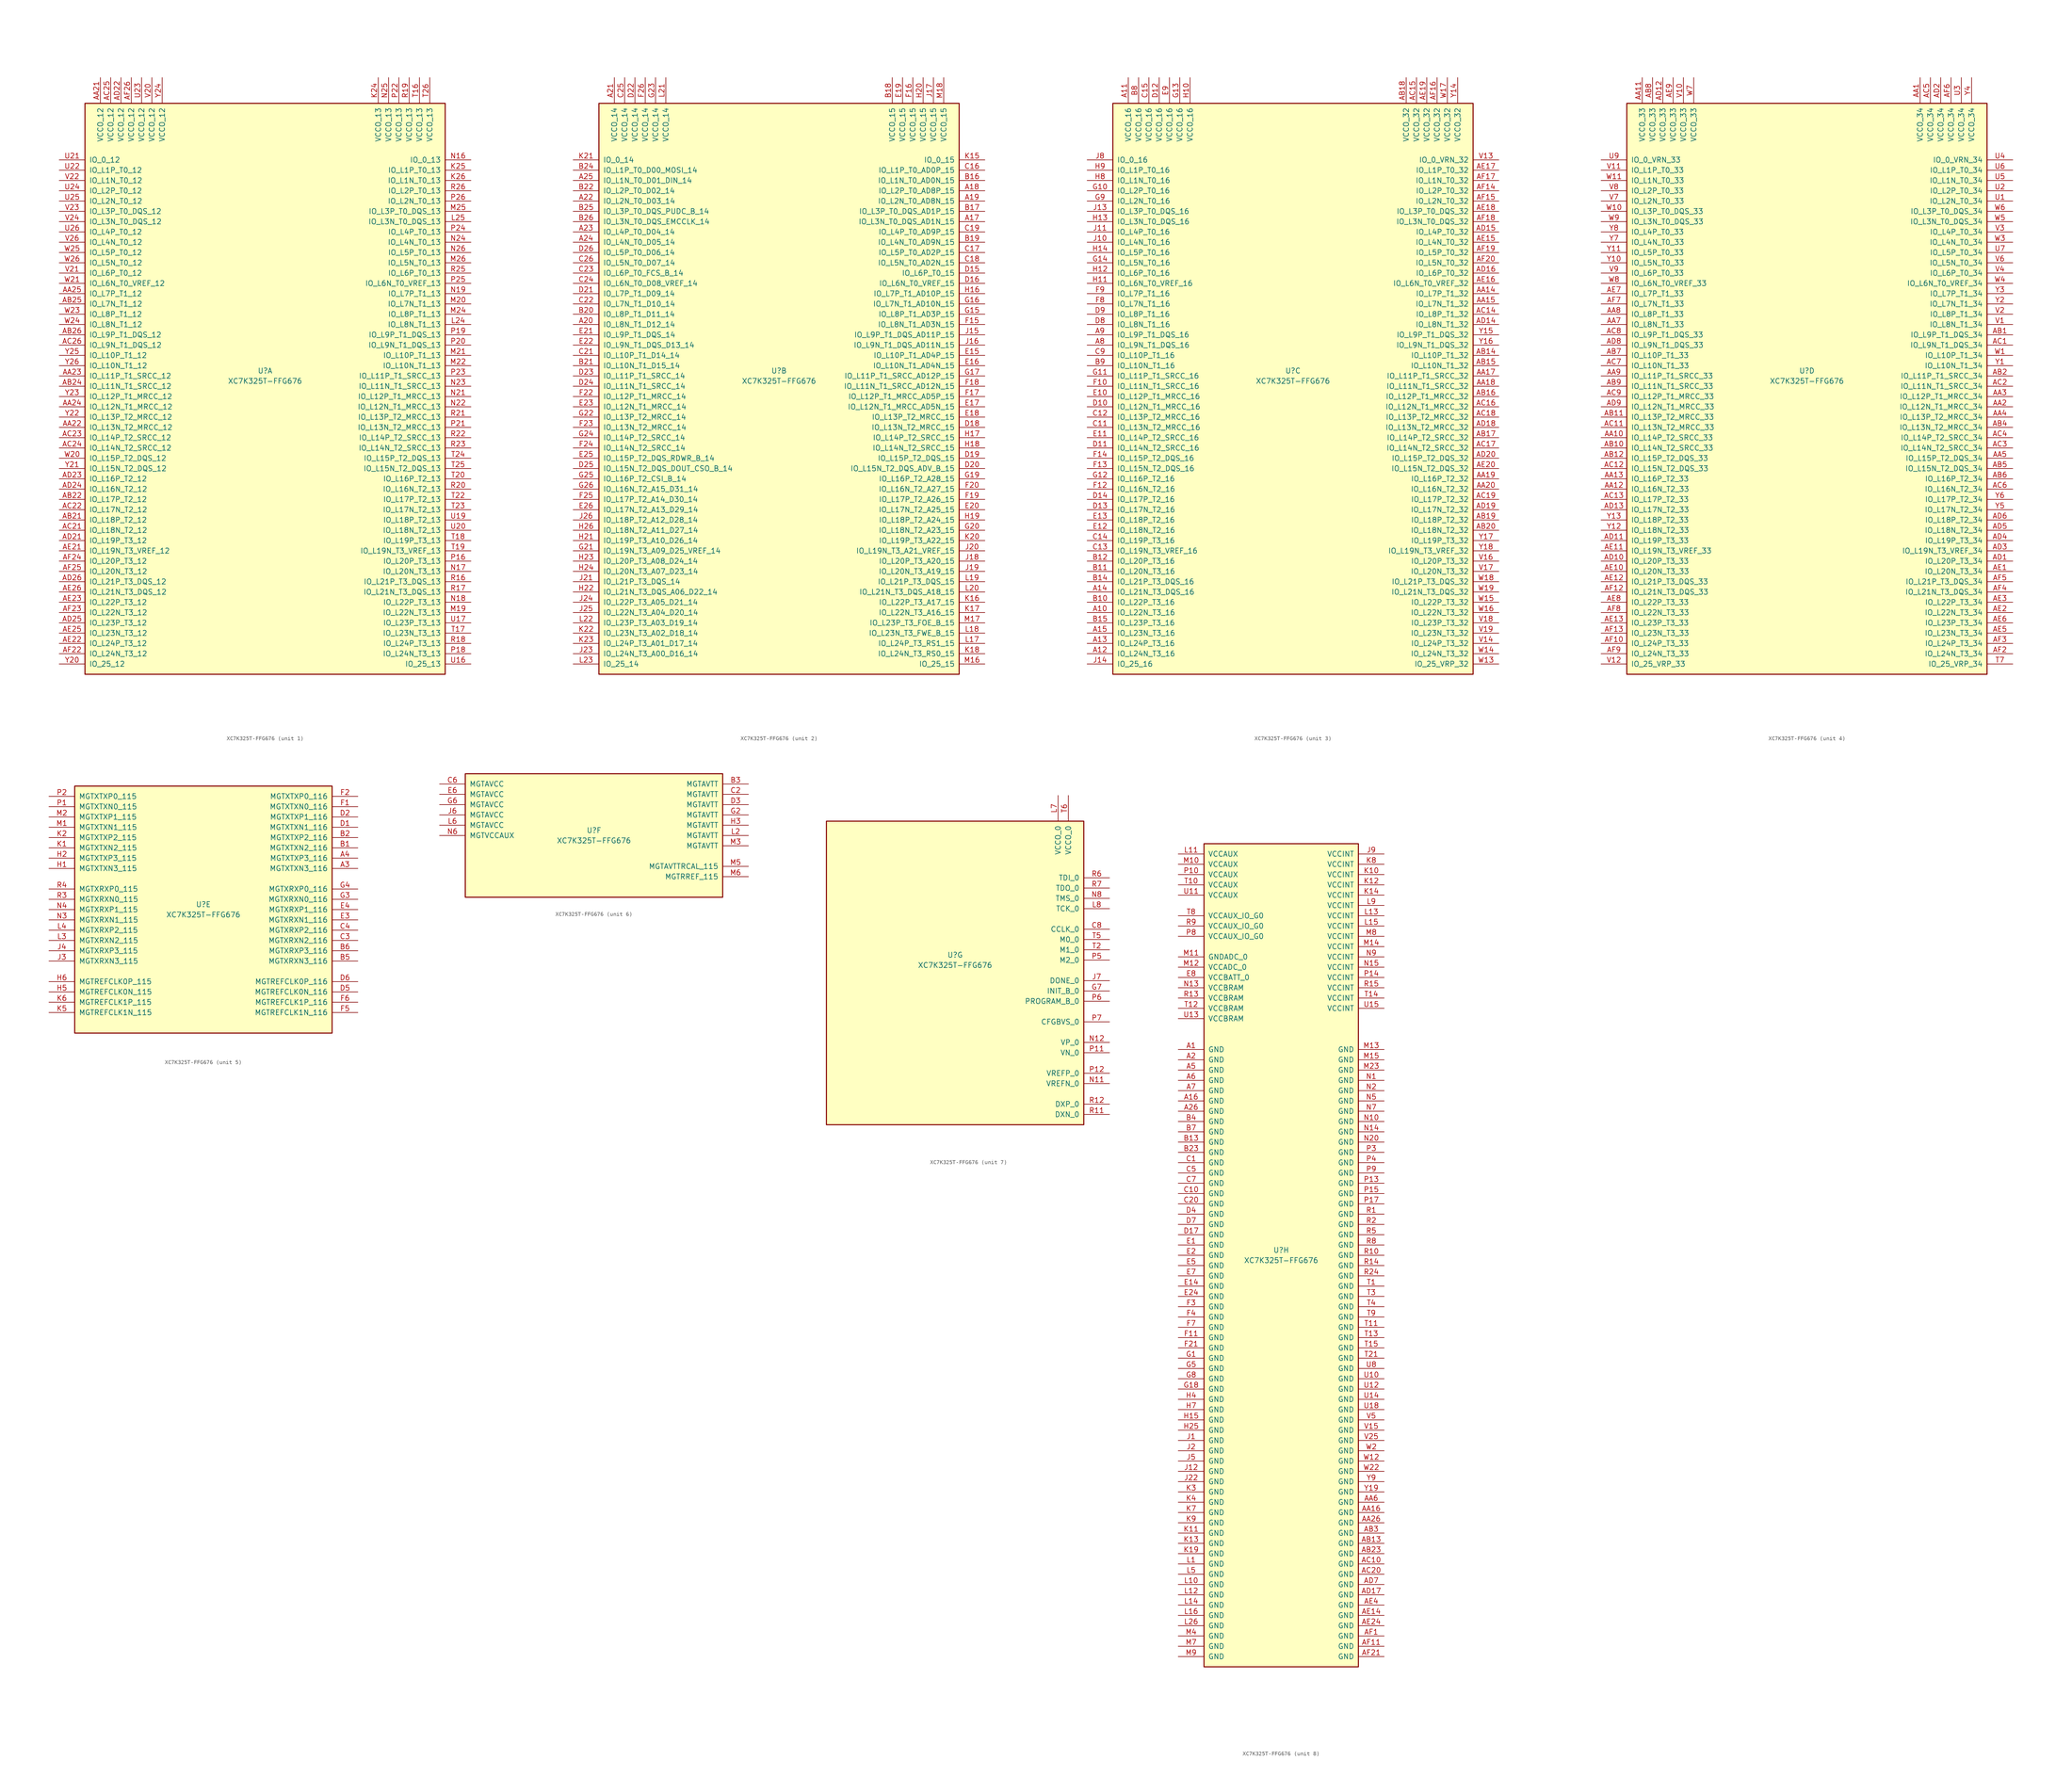
<source format=kicad_sym>
(kicad_symbol_lib
  (version 20201005)
  (generator kicad_symbol_editor)
  (symbol "XC7K325T-FFG676"
    (pin_names
      (offset 1.016))
    (property "Reference" "U"
      (at 0 1.27 0)
      (effects (font (size 1.27 1.27))))
    (property "Value" "XC7K325T-FFG676"
      (at 0 -1.27 0)
      (effects (font (size 1.27 1.27))))
    (property "Datasheet" ""
      (at 0 0 0)
      (effects (font (size 1.27 1.27))))
    (property "ki_locked" ""
      (at 0 0 0)
      (effects (font (size 1.27 1.27))))
    (symbol "XC7K325T-FFG676_1_1"
      (rectangle (start -44.45 67.31) (end 44.45 -73.66) (stroke (width 0.254)) (fill (type background)))
      (pin power_in line (at -40.64 73.66 270) (length 6.35) (name "VCCO_12" (effects (font (size 1.27 1.27)))) (number "AA21" (effects (font (size 1.27 1.27)))))
      (pin power_in line (at -38.1 73.66 270) (length 6.35) (name "VCCO_12" (effects (font (size 1.27 1.27)))) (number "AC25" (effects (font (size 1.27 1.27)))))
      (pin power_in line (at -35.56 73.66 270) (length 6.35) (name "VCCO_12" (effects (font (size 1.27 1.27)))) (number "AD22" (effects (font (size 1.27 1.27)))))
      (pin power_in line (at -33.02 73.66 270) (length 6.35) (name "VCCO_12" (effects (font (size 1.27 1.27)))) (number "AF26" (effects (font (size 1.27 1.27)))))
      (pin power_in line (at -30.48 73.66 270) (length 6.35) (name "VCCO_12" (effects (font (size 1.27 1.27)))) (number "U23" (effects (font (size 1.27 1.27)))))
      (pin power_in line (at -27.94 73.66 270) (length 6.35) (name "VCCO_12" (effects (font (size 1.27 1.27)))) (number "V20" (effects (font (size 1.27 1.27)))))
      (pin power_in line (at -25.4 73.66 270) (length 6.35) (name "VCCO_12" (effects (font (size 1.27 1.27)))) (number "Y24" (effects (font (size 1.27 1.27)))))
      (pin bidirectional line (at -50.8 53.34 0) (length 6.35) (name "IO_0_12" (effects (font (size 1.27 1.27)))) (number "U21" (effects (font (size 1.27 1.27)))))
      (pin bidirectional line (at -50.8 50.8 0) (length 6.35) (name "IO_L1P_T0_12" (effects (font (size 1.27 1.27)))) (number "U22" (effects (font (size 1.27 1.27)))))
      (pin bidirectional line (at -50.8 48.26 0) (length 6.35) (name "IO_L1N_T0_12" (effects (font (size 1.27 1.27)))) (number "V22" (effects (font (size 1.27 1.27)))))
      (pin bidirectional line (at -50.8 45.72 0) (length 6.35) (name "IO_L2P_T0_12" (effects (font (size 1.27 1.27)))) (number "U24" (effects (font (size 1.27 1.27)))))
      (pin bidirectional line (at -50.8 43.18 0) (length 6.35) (name "IO_L2N_T0_12" (effects (font (size 1.27 1.27)))) (number "U25" (effects (font (size 1.27 1.27)))))
      (pin bidirectional line (at -50.8 40.64 0) (length 6.35) (name "IO_L3P_T0_DQS_12" (effects (font (size 1.27 1.27)))) (number "V23" (effects (font (size 1.27 1.27)))))
      (pin bidirectional line (at -50.8 38.1 0) (length 6.35) (name "IO_L3N_T0_DQS_12" (effects (font (size 1.27 1.27)))) (number "V24" (effects (font (size 1.27 1.27)))))
      (pin bidirectional line (at -50.8 35.56 0) (length 6.35) (name "IO_L4P_T0_12" (effects (font (size 1.27 1.27)))) (number "U26" (effects (font (size 1.27 1.27)))))
      (pin bidirectional line (at -50.8 33.02 0) (length 6.35) (name "IO_L4N_T0_12" (effects (font (size 1.27 1.27)))) (number "V26" (effects (font (size 1.27 1.27)))))
      (pin bidirectional line (at -50.8 30.48 0) (length 6.35) (name "IO_L5P_T0_12" (effects (font (size 1.27 1.27)))) (number "W25" (effects (font (size 1.27 1.27)))))
      (pin bidirectional line (at -50.8 27.94 0) (length 6.35) (name "IO_L5N_T0_12" (effects (font (size 1.27 1.27)))) (number "W26" (effects (font (size 1.27 1.27)))))
      (pin bidirectional line (at -50.8 25.4 0) (length 6.35) (name "IO_L6P_T0_12" (effects (font (size 1.27 1.27)))) (number "V21" (effects (font (size 1.27 1.27)))))
      (pin bidirectional line (at -50.8 22.86 0) (length 6.35) (name "IO_L6N_T0_VREF_12" (effects (font (size 1.27 1.27)))) (number "W21" (effects (font (size 1.27 1.27)))))
      (pin bidirectional line (at -50.8 20.32 0) (length 6.35) (name "IO_L7P_T1_12" (effects (font (size 1.27 1.27)))) (number "AA25" (effects (font (size 1.27 1.27)))))
      (pin bidirectional line (at -50.8 17.78 0) (length 6.35) (name "IO_L7N_T1_12" (effects (font (size 1.27 1.27)))) (number "AB25" (effects (font (size 1.27 1.27)))))
      (pin bidirectional line (at -50.8 15.24 0) (length 6.35) (name "IO_L8P_T1_12" (effects (font (size 1.27 1.27)))) (number "W23" (effects (font (size 1.27 1.27)))))
      (pin bidirectional line (at -50.8 12.7 0) (length 6.35) (name "IO_L8N_T1_12" (effects (font (size 1.27 1.27)))) (number "W24" (effects (font (size 1.27 1.27)))))
      (pin bidirectional line (at -50.8 10.16 0) (length 6.35) (name "IO_L9P_T1_DQS_12" (effects (font (size 1.27 1.27)))) (number "AB26" (effects (font (size 1.27 1.27)))))
      (pin bidirectional line (at -50.8 7.62 0) (length 6.35) (name "IO_L9N_T1_DQS_12" (effects (font (size 1.27 1.27)))) (number "AC26" (effects (font (size 1.27 1.27)))))
      (pin bidirectional line (at -50.8 5.08 0) (length 6.35) (name "IO_L10P_T1_12" (effects (font (size 1.27 1.27)))) (number "Y25" (effects (font (size 1.27 1.27)))))
      (pin bidirectional line (at -50.8 2.54 0) (length 6.35) (name "IO_L10N_T1_12" (effects (font (size 1.27 1.27)))) (number "Y26" (effects (font (size 1.27 1.27)))))
      (pin bidirectional line (at -50.8 0 0) (length 6.35) (name "IO_L11P_T1_SRCC_12" (effects (font (size 1.27 1.27)))) (number "AA23" (effects (font (size 1.27 1.27)))))
      (pin bidirectional line (at -50.8 -2.54 0) (length 6.35) (name "IO_L11N_T1_SRCC_12" (effects (font (size 1.27 1.27)))) (number "AB24" (effects (font (size 1.27 1.27)))))
      (pin bidirectional line (at -50.8 -5.08 0) (length 6.35) (name "IO_L12P_T1_MRCC_12" (effects (font (size 1.27 1.27)))) (number "Y23" (effects (font (size 1.27 1.27)))))
      (pin bidirectional line (at -50.8 -7.62 0) (length 6.35) (name "IO_L12N_T1_MRCC_12" (effects (font (size 1.27 1.27)))) (number "AA24" (effects (font (size 1.27 1.27)))))
      (pin bidirectional line (at -50.8 -10.16 0) (length 6.35) (name "IO_L13P_T2_MRCC_12" (effects (font (size 1.27 1.27)))) (number "Y22" (effects (font (size 1.27 1.27)))))
      (pin bidirectional line (at -50.8 -12.7 0) (length 6.35) (name "IO_L13N_T2_MRCC_12" (effects (font (size 1.27 1.27)))) (number "AA22" (effects (font (size 1.27 1.27)))))
      (pin bidirectional line (at -50.8 -15.24 0) (length 6.35) (name "IO_L14P_T2_SRCC_12" (effects (font (size 1.27 1.27)))) (number "AC23" (effects (font (size 1.27 1.27)))))
      (pin bidirectional line (at -50.8 -17.78 0) (length 6.35) (name "IO_L14N_T2_SRCC_12" (effects (font (size 1.27 1.27)))) (number "AC24" (effects (font (size 1.27 1.27)))))
      (pin bidirectional line (at -50.8 -20.32 0) (length 6.35) (name "IO_L15P_T2_DQS_12" (effects (font (size 1.27 1.27)))) (number "W20" (effects (font (size 1.27 1.27)))))
      (pin bidirectional line (at -50.8 -22.86 0) (length 6.35) (name "IO_L15N_T2_DQS_12" (effects (font (size 1.27 1.27)))) (number "Y21" (effects (font (size 1.27 1.27)))))
      (pin bidirectional line (at -50.8 -25.4 0) (length 6.35) (name "IO_L16P_T2_12" (effects (font (size 1.27 1.27)))) (number "AD23" (effects (font (size 1.27 1.27)))))
      (pin bidirectional line (at -50.8 -27.94 0) (length 6.35) (name "IO_L16N_T2_12" (effects (font (size 1.27 1.27)))) (number "AD24" (effects (font (size 1.27 1.27)))))
      (pin bidirectional line (at -50.8 -30.48 0) (length 6.35) (name "IO_L17P_T2_12" (effects (font (size 1.27 1.27)))) (number "AB22" (effects (font (size 1.27 1.27)))))
      (pin bidirectional line (at -50.8 -33.02 0) (length 6.35) (name "IO_L17N_T2_12" (effects (font (size 1.27 1.27)))) (number "AC22" (effects (font (size 1.27 1.27)))))
      (pin bidirectional line (at -50.8 -35.56 0) (length 6.35) (name "IO_L18P_T2_12" (effects (font (size 1.27 1.27)))) (number "AB21" (effects (font (size 1.27 1.27)))))
      (pin bidirectional line (at -50.8 -38.1 0) (length 6.35) (name "IO_L18N_T2_12" (effects (font (size 1.27 1.27)))) (number "AC21" (effects (font (size 1.27 1.27)))))
      (pin bidirectional line (at -50.8 -40.64 0) (length 6.35) (name "IO_L19P_T3_12" (effects (font (size 1.27 1.27)))) (number "AD21" (effects (font (size 1.27 1.27)))))
      (pin bidirectional line (at -50.8 -43.18 0) (length 6.35) (name "IO_L19N_T3_VREF_12" (effects (font (size 1.27 1.27)))) (number "AE21" (effects (font (size 1.27 1.27)))))
      (pin bidirectional line (at -50.8 -45.72 0) (length 6.35) (name "IO_L20P_T3_12" (effects (font (size 1.27 1.27)))) (number "AF24" (effects (font (size 1.27 1.27)))))
      (pin bidirectional line (at -50.8 -48.26 0) (length 6.35) (name "IO_L20N_T3_12" (effects (font (size 1.27 1.27)))) (number "AF25" (effects (font (size 1.27 1.27)))))
      (pin bidirectional line (at -50.8 -50.8 0) (length 6.35) (name "IO_L21P_T3_DQS_12" (effects (font (size 1.27 1.27)))) (number "AD26" (effects (font (size 1.27 1.27)))))
      (pin bidirectional line (at -50.8 -53.34 0) (length 6.35) (name "IO_L21N_T3_DQS_12" (effects (font (size 1.27 1.27)))) (number "AE26" (effects (font (size 1.27 1.27)))))
      (pin bidirectional line (at -50.8 -55.88 0) (length 6.35) (name "IO_L22P_T3_12" (effects (font (size 1.27 1.27)))) (number "AE23" (effects (font (size 1.27 1.27)))))
      (pin bidirectional line (at -50.8 -58.42 0) (length 6.35) (name "IO_L22N_T3_12" (effects (font (size 1.27 1.27)))) (number "AF23" (effects (font (size 1.27 1.27)))))
      (pin bidirectional line (at -50.8 -60.96 0) (length 6.35) (name "IO_L23P_T3_12" (effects (font (size 1.27 1.27)))) (number "AD25" (effects (font (size 1.27 1.27)))))
      (pin bidirectional line (at -50.8 -63.5 0) (length 6.35) (name "IO_L23N_T3_12" (effects (font (size 1.27 1.27)))) (number "AE25" (effects (font (size 1.27 1.27)))))
      (pin bidirectional line (at -50.8 -66.04 0) (length 6.35) (name "IO_L24P_T3_12" (effects (font (size 1.27 1.27)))) (number "AE22" (effects (font (size 1.27 1.27)))))
      (pin bidirectional line (at -50.8 -68.58 0) (length 6.35) (name "IO_L24N_T3_12" (effects (font (size 1.27 1.27)))) (number "AF22" (effects (font (size 1.27 1.27)))))
      (pin bidirectional line (at -50.8 -71.12 0) (length 6.35) (name "IO_25_12" (effects (font (size 1.27 1.27)))) (number "Y20" (effects (font (size 1.27 1.27)))))
      (pin power_in line (at 27.94 73.66 270) (length 6.35) (name "VCCO_13" (effects (font (size 1.27 1.27)))) (number "K24" (effects (font (size 1.27 1.27)))))
      (pin power_in line (at 30.48 73.66 270) (length 6.35) (name "VCCO_13" (effects (font (size 1.27 1.27)))) (number "N25" (effects (font (size 1.27 1.27)))))
      (pin power_in line (at 33.02 73.66 270) (length 6.35) (name "VCCO_13" (effects (font (size 1.27 1.27)))) (number "P22" (effects (font (size 1.27 1.27)))))
      (pin power_in line (at 35.56 73.66 270) (length 6.35) (name "VCCO_13" (effects (font (size 1.27 1.27)))) (number "R19" (effects (font (size 1.27 1.27)))))
      (pin power_in line (at 38.1 73.66 270) (length 6.35) (name "VCCO_13" (effects (font (size 1.27 1.27)))) (number "T16" (effects (font (size 1.27 1.27)))))
      (pin power_in line (at 40.64 73.66 270) (length 6.35) (name "VCCO_13" (effects (font (size 1.27 1.27)))) (number "T26" (effects (font (size 1.27 1.27)))))
      (pin bidirectional line (at 50.8 53.34 180) (length 6.35) (name "IO_0_13" (effects (font (size 1.27 1.27)))) (number "N16" (effects (font (size 1.27 1.27)))))
      (pin bidirectional line (at 50.8 50.8 180) (length 6.35) (name "IO_L1P_T0_13" (effects (font (size 1.27 1.27)))) (number "K25" (effects (font (size 1.27 1.27)))))
      (pin bidirectional line (at 50.8 48.26 180) (length 6.35) (name "IO_L1N_T0_13" (effects (font (size 1.27 1.27)))) (number "K26" (effects (font (size 1.27 1.27)))))
      (pin bidirectional line (at 50.8 45.72 180) (length 6.35) (name "IO_L2P_T0_13" (effects (font (size 1.27 1.27)))) (number "R26" (effects (font (size 1.27 1.27)))))
      (pin bidirectional line (at 50.8 43.18 180) (length 6.35) (name "IO_L2N_T0_13" (effects (font (size 1.27 1.27)))) (number "P26" (effects (font (size 1.27 1.27)))))
      (pin bidirectional line (at 50.8 40.64 180) (length 6.35) (name "IO_L3P_T0_DQS_13" (effects (font (size 1.27 1.27)))) (number "M25" (effects (font (size 1.27 1.27)))))
      (pin bidirectional line (at 50.8 38.1 180) (length 6.35) (name "IO_L3N_T0_DQS_13" (effects (font (size 1.27 1.27)))) (number "L25" (effects (font (size 1.27 1.27)))))
      (pin bidirectional line (at 50.8 35.56 180) (length 6.35) (name "IO_L4P_T0_13" (effects (font (size 1.27 1.27)))) (number "P24" (effects (font (size 1.27 1.27)))))
      (pin bidirectional line (at 50.8 33.02 180) (length 6.35) (name "IO_L4N_T0_13" (effects (font (size 1.27 1.27)))) (number "N24" (effects (font (size 1.27 1.27)))))
      (pin bidirectional line (at 50.8 30.48 180) (length 6.35) (name "IO_L5P_T0_13" (effects (font (size 1.27 1.27)))) (number "N26" (effects (font (size 1.27 1.27)))))
      (pin bidirectional line (at 50.8 27.94 180) (length 6.35) (name "IO_L5N_T0_13" (effects (font (size 1.27 1.27)))) (number "M26" (effects (font (size 1.27 1.27)))))
      (pin bidirectional line (at 50.8 25.4 180) (length 6.35) (name "IO_L6P_T0_13" (effects (font (size 1.27 1.27)))) (number "R25" (effects (font (size 1.27 1.27)))))
      (pin bidirectional line (at 50.8 22.86 180) (length 6.35) (name "IO_L6N_T0_VREF_13" (effects (font (size 1.27 1.27)))) (number "P25" (effects (font (size 1.27 1.27)))))
      (pin bidirectional line (at 50.8 20.32 180) (length 6.35) (name "IO_L7P_T1_13" (effects (font (size 1.27 1.27)))) (number "N19" (effects (font (size 1.27 1.27)))))
      (pin bidirectional line (at 50.8 17.78 180) (length 6.35) (name "IO_L7N_T1_13" (effects (font (size 1.27 1.27)))) (number "M20" (effects (font (size 1.27 1.27)))))
      (pin bidirectional line (at 50.8 15.24 180) (length 6.35) (name "IO_L8P_T1_13" (effects (font (size 1.27 1.27)))) (number "M24" (effects (font (size 1.27 1.27)))))
      (pin bidirectional line (at 50.8 12.7 180) (length 6.35) (name "IO_L8N_T1_13" (effects (font (size 1.27 1.27)))) (number "L24" (effects (font (size 1.27 1.27)))))
      (pin bidirectional line (at 50.8 10.16 180) (length 6.35) (name "IO_L9P_T1_DQS_13" (effects (font (size 1.27 1.27)))) (number "P19" (effects (font (size 1.27 1.27)))))
      (pin bidirectional line (at 50.8 7.62 180) (length 6.35) (name "IO_L9N_T1_DQS_13" (effects (font (size 1.27 1.27)))) (number "P20" (effects (font (size 1.27 1.27)))))
      (pin bidirectional line (at 50.8 5.08 180) (length 6.35) (name "IO_L10P_T1_13" (effects (font (size 1.27 1.27)))) (number "M21" (effects (font (size 1.27 1.27)))))
      (pin bidirectional line (at 50.8 2.54 180) (length 6.35) (name "IO_L10N_T1_13" (effects (font (size 1.27 1.27)))) (number "M22" (effects (font (size 1.27 1.27)))))
      (pin bidirectional line (at 50.8 0 180) (length 6.35) (name "IO_L11P_T1_SRCC_13" (effects (font (size 1.27 1.27)))) (number "P23" (effects (font (size 1.27 1.27)))))
      (pin bidirectional line (at 50.8 -2.54 180) (length 6.35) (name "IO_L11N_T1_SRCC_13" (effects (font (size 1.27 1.27)))) (number "N23" (effects (font (size 1.27 1.27)))))
      (pin bidirectional line (at 50.8 -5.08 180) (length 6.35) (name "IO_L12P_T1_MRCC_13" (effects (font (size 1.27 1.27)))) (number "N21" (effects (font (size 1.27 1.27)))))
      (pin bidirectional line (at 50.8 -7.62 180) (length 6.35) (name "IO_L12N_T1_MRCC_13" (effects (font (size 1.27 1.27)))) (number "N22" (effects (font (size 1.27 1.27)))))
      (pin bidirectional line (at 50.8 -10.16 180) (length 6.35) (name "IO_L13P_T2_MRCC_13" (effects (font (size 1.27 1.27)))) (number "R21" (effects (font (size 1.27 1.27)))))
      (pin bidirectional line (at 50.8 -12.7 180) (length 6.35) (name "IO_L13N_T2_MRCC_13" (effects (font (size 1.27 1.27)))) (number "P21" (effects (font (size 1.27 1.27)))))
      (pin bidirectional line (at 50.8 -15.24 180) (length 6.35) (name "IO_L14P_T2_SRCC_13" (effects (font (size 1.27 1.27)))) (number "R22" (effects (font (size 1.27 1.27)))))
      (pin bidirectional line (at 50.8 -17.78 180) (length 6.35) (name "IO_L14N_T2_SRCC_13" (effects (font (size 1.27 1.27)))) (number "R23" (effects (font (size 1.27 1.27)))))
      (pin bidirectional line (at 50.8 -20.32 180) (length 6.35) (name "IO_L15P_T2_DQS_13" (effects (font (size 1.27 1.27)))) (number "T24" (effects (font (size 1.27 1.27)))))
      (pin bidirectional line (at 50.8 -22.86 180) (length 6.35) (name "IO_L15N_T2_DQS_13" (effects (font (size 1.27 1.27)))) (number "T25" (effects (font (size 1.27 1.27)))))
      (pin bidirectional line (at 50.8 -25.4 180) (length 6.35) (name "IO_L16P_T2_13" (effects (font (size 1.27 1.27)))) (number "T20" (effects (font (size 1.27 1.27)))))
      (pin bidirectional line (at 50.8 -27.94 180) (length 6.35) (name "IO_L16N_T2_13" (effects (font (size 1.27 1.27)))) (number "R20" (effects (font (size 1.27 1.27)))))
      (pin bidirectional line (at 50.8 -30.48 180) (length 6.35) (name "IO_L17P_T2_13" (effects (font (size 1.27 1.27)))) (number "T22" (effects (font (size 1.27 1.27)))))
      (pin bidirectional line (at 50.8 -33.02 180) (length 6.35) (name "IO_L17N_T2_13" (effects (font (size 1.27 1.27)))) (number "T23" (effects (font (size 1.27 1.27)))))
      (pin bidirectional line (at 50.8 -35.56 180) (length 6.35) (name "IO_L18P_T2_13" (effects (font (size 1.27 1.27)))) (number "U19" (effects (font (size 1.27 1.27)))))
      (pin bidirectional line (at 50.8 -38.1 180) (length 6.35) (name "IO_L18N_T2_13" (effects (font (size 1.27 1.27)))) (number "U20" (effects (font (size 1.27 1.27)))))
      (pin bidirectional line (at 50.8 -40.64 180) (length 6.35) (name "IO_L19P_T3_13" (effects (font (size 1.27 1.27)))) (number "T18" (effects (font (size 1.27 1.27)))))
      (pin bidirectional line (at 50.8 -43.18 180) (length 6.35) (name "IO_L19N_T3_VREF_13" (effects (font (size 1.27 1.27)))) (number "T19" (effects (font (size 1.27 1.27)))))
      (pin bidirectional line (at 50.8 -45.72 180) (length 6.35) (name "IO_L20P_T3_13" (effects (font (size 1.27 1.27)))) (number "P16" (effects (font (size 1.27 1.27)))))
      (pin bidirectional line (at 50.8 -48.26 180) (length 6.35) (name "IO_L20N_T3_13" (effects (font (size 1.27 1.27)))) (number "N17" (effects (font (size 1.27 1.27)))))
      (pin bidirectional line (at 50.8 -50.8 180) (length 6.35) (name "IO_L21P_T3_DQS_13" (effects (font (size 1.27 1.27)))) (number "R16" (effects (font (size 1.27 1.27)))))
      (pin bidirectional line (at 50.8 -53.34 180) (length 6.35) (name "IO_L21N_T3_DQS_13" (effects (font (size 1.27 1.27)))) (number "R17" (effects (font (size 1.27 1.27)))))
      (pin bidirectional line (at 50.8 -55.88 180) (length 6.35) (name "IO_L22P_T3_13" (effects (font (size 1.27 1.27)))) (number "N18" (effects (font (size 1.27 1.27)))))
      (pin bidirectional line (at 50.8 -58.42 180) (length 6.35) (name "IO_L22N_T3_13" (effects (font (size 1.27 1.27)))) (number "M19" (effects (font (size 1.27 1.27)))))
      (pin bidirectional line (at 50.8 -60.96 180) (length 6.35) (name "IO_L23P_T3_13" (effects (font (size 1.27 1.27)))) (number "U17" (effects (font (size 1.27 1.27)))))
      (pin bidirectional line (at 50.8 -63.5 180) (length 6.35) (name "IO_L23N_T3_13" (effects (font (size 1.27 1.27)))) (number "T17" (effects (font (size 1.27 1.27)))))
      (pin bidirectional line (at 50.8 -66.04 180) (length 6.35) (name "IO_L24P_T3_13" (effects (font (size 1.27 1.27)))) (number "R18" (effects (font (size 1.27 1.27)))))
      (pin bidirectional line (at 50.8 -68.58 180) (length 6.35) (name "IO_L24N_T3_13" (effects (font (size 1.27 1.27)))) (number "P18" (effects (font (size 1.27 1.27)))))
      (pin bidirectional line (at 50.8 -71.12 180) (length 6.35) (name "IO_25_13" (effects (font (size 1.27 1.27)))) (number "U16" (effects (font (size 1.27 1.27))))))
    (symbol "XC7K325T-FFG676_2_1"
      (rectangle (start -44.45 67.31) (end 44.45 -73.66) (stroke (width 0.254)) (fill (type background)))
      (pin power_in line (at -40.64 73.66 270) (length 6.35) (name "VCCO_14" (effects (font (size 1.27 1.27)))) (number "A21" (effects (font (size 1.27 1.27)))))
      (pin power_in line (at -38.1 73.66 270) (length 6.35) (name "VCCO_14" (effects (font (size 1.27 1.27)))) (number "C25" (effects (font (size 1.27 1.27)))))
      (pin power_in line (at -35.56 73.66 270) (length 6.35) (name "VCCO_14" (effects (font (size 1.27 1.27)))) (number "D22" (effects (font (size 1.27 1.27)))))
      (pin power_in line (at -33.02 73.66 270) (length 6.35) (name "VCCO_14" (effects (font (size 1.27 1.27)))) (number "F26" (effects (font (size 1.27 1.27)))))
      (pin power_in line (at -30.48 73.66 270) (length 6.35) (name "VCCO_14" (effects (font (size 1.27 1.27)))) (number "G23" (effects (font (size 1.27 1.27)))))
      (pin power_in line (at -27.94 73.66 270) (length 6.35) (name "VCCO_14" (effects (font (size 1.27 1.27)))) (number "L21" (effects (font (size 1.27 1.27)))))
      (pin bidirectional line (at -50.8 53.34 0) (length 6.35) (name "IO_0_14" (effects (font (size 1.27 1.27)))) (number "K21" (effects (font (size 1.27 1.27)))))
      (pin bidirectional line (at -50.8 50.8 0) (length 6.35) (name "IO_L1P_T0_D00_MOSI_14" (effects (font (size 1.27 1.27)))) (number "B24" (effects (font (size 1.27 1.27)))))
      (pin bidirectional line (at -50.8 48.26 0) (length 6.35) (name "IO_L1N_T0_D01_DIN_14" (effects (font (size 1.27 1.27)))) (number "A25" (effects (font (size 1.27 1.27)))))
      (pin bidirectional line (at -50.8 45.72 0) (length 6.35) (name "IO_L2P_T0_D02_14" (effects (font (size 1.27 1.27)))) (number "B22" (effects (font (size 1.27 1.27)))))
      (pin bidirectional line (at -50.8 43.18 0) (length 6.35) (name "IO_L2N_T0_D03_14" (effects (font (size 1.27 1.27)))) (number "A22" (effects (font (size 1.27 1.27)))))
      (pin bidirectional line (at -50.8 40.64 0) (length 6.35) (name "IO_L3P_T0_DQS_PUDC_B_14" (effects (font (size 1.27 1.27)))) (number "B25" (effects (font (size 1.27 1.27)))))
      (pin bidirectional line (at -50.8 38.1 0) (length 6.35) (name "IO_L3N_T0_DQS_EMCCLK_14" (effects (font (size 1.27 1.27)))) (number "B26" (effects (font (size 1.27 1.27)))))
      (pin bidirectional line (at -50.8 35.56 0) (length 6.35) (name "IO_L4P_T0_D04_14" (effects (font (size 1.27 1.27)))) (number "A23" (effects (font (size 1.27 1.27)))))
      (pin bidirectional line (at -50.8 33.02 0) (length 6.35) (name "IO_L4N_T0_D05_14" (effects (font (size 1.27 1.27)))) (number "A24" (effects (font (size 1.27 1.27)))))
      (pin bidirectional line (at -50.8 30.48 0) (length 6.35) (name "IO_L5P_T0_D06_14" (effects (font (size 1.27 1.27)))) (number "D26" (effects (font (size 1.27 1.27)))))
      (pin bidirectional line (at -50.8 27.94 0) (length 6.35) (name "IO_L5N_T0_D07_14" (effects (font (size 1.27 1.27)))) (number "C26" (effects (font (size 1.27 1.27)))))
      (pin bidirectional line (at -50.8 25.4 0) (length 6.35) (name "IO_L6P_T0_FCS_B_14" (effects (font (size 1.27 1.27)))) (number "C23" (effects (font (size 1.27 1.27)))))
      (pin bidirectional line (at -50.8 22.86 0) (length 6.35) (name "IO_L6N_T0_D08_VREF_14" (effects (font (size 1.27 1.27)))) (number "C24" (effects (font (size 1.27 1.27)))))
      (pin bidirectional line (at -50.8 20.32 0) (length 6.35) (name "IO_L7P_T1_D09_14" (effects (font (size 1.27 1.27)))) (number "D21" (effects (font (size 1.27 1.27)))))
      (pin bidirectional line (at -50.8 17.78 0) (length 6.35) (name "IO_L7N_T1_D10_14" (effects (font (size 1.27 1.27)))) (number "C22" (effects (font (size 1.27 1.27)))))
      (pin bidirectional line (at -50.8 15.24 0) (length 6.35) (name "IO_L8P_T1_D11_14" (effects (font (size 1.27 1.27)))) (number "B20" (effects (font (size 1.27 1.27)))))
      (pin bidirectional line (at -50.8 12.7 0) (length 6.35) (name "IO_L8N_T1_D12_14" (effects (font (size 1.27 1.27)))) (number "A20" (effects (font (size 1.27 1.27)))))
      (pin bidirectional line (at -50.8 10.16 0) (length 6.35) (name "IO_L9P_T1_DQS_14" (effects (font (size 1.27 1.27)))) (number "E21" (effects (font (size 1.27 1.27)))))
      (pin bidirectional line (at -50.8 7.62 0) (length 6.35) (name "IO_L9N_T1_DQS_D13_14" (effects (font (size 1.27 1.27)))) (number "E22" (effects (font (size 1.27 1.27)))))
      (pin bidirectional line (at -50.8 5.08 0) (length 6.35) (name "IO_L10P_T1_D14_14" (effects (font (size 1.27 1.27)))) (number "C21" (effects (font (size 1.27 1.27)))))
      (pin bidirectional line (at -50.8 2.54 0) (length 6.35) (name "IO_L10N_T1_D15_14" (effects (font (size 1.27 1.27)))) (number "B21" (effects (font (size 1.27 1.27)))))
      (pin bidirectional line (at -50.8 0 0) (length 6.35) (name "IO_L11P_T1_SRCC_14" (effects (font (size 1.27 1.27)))) (number "D23" (effects (font (size 1.27 1.27)))))
      (pin bidirectional line (at -50.8 -2.54 0) (length 6.35) (name "IO_L11N_T1_SRCC_14" (effects (font (size 1.27 1.27)))) (number "D24" (effects (font (size 1.27 1.27)))))
      (pin bidirectional line (at -50.8 -5.08 0) (length 6.35) (name "IO_L12P_T1_MRCC_14" (effects (font (size 1.27 1.27)))) (number "F22" (effects (font (size 1.27 1.27)))))
      (pin bidirectional line (at -50.8 -7.62 0) (length 6.35) (name "IO_L12N_T1_MRCC_14" (effects (font (size 1.27 1.27)))) (number "E23" (effects (font (size 1.27 1.27)))))
      (pin bidirectional line (at -50.8 -10.16 0) (length 6.35) (name "IO_L13P_T2_MRCC_14" (effects (font (size 1.27 1.27)))) (number "G22" (effects (font (size 1.27 1.27)))))
      (pin bidirectional line (at -50.8 -12.7 0) (length 6.35) (name "IO_L13N_T2_MRCC_14" (effects (font (size 1.27 1.27)))) (number "F23" (effects (font (size 1.27 1.27)))))
      (pin bidirectional line (at -50.8 -15.24 0) (length 6.35) (name "IO_L14P_T2_SRCC_14" (effects (font (size 1.27 1.27)))) (number "G24" (effects (font (size 1.27 1.27)))))
      (pin bidirectional line (at -50.8 -17.78 0) (length 6.35) (name "IO_L14N_T2_SRCC_14" (effects (font (size 1.27 1.27)))) (number "F24" (effects (font (size 1.27 1.27)))))
      (pin bidirectional line (at -50.8 -20.32 0) (length 6.35) (name "IO_L15P_T2_DQS_RDWR_B_14" (effects (font (size 1.27 1.27)))) (number "E25" (effects (font (size 1.27 1.27)))))
      (pin bidirectional line (at -50.8 -22.86 0) (length 6.35) (name "IO_L15N_T2_DQS_DOUT_CSO_B_14" (effects (font (size 1.27 1.27)))) (number "D25" (effects (font (size 1.27 1.27)))))
      (pin bidirectional line (at -50.8 -25.4 0) (length 6.35) (name "IO_L16P_T2_CSI_B_14" (effects (font (size 1.27 1.27)))) (number "G25" (effects (font (size 1.27 1.27)))))
      (pin bidirectional line (at -50.8 -27.94 0) (length 6.35) (name "IO_L16N_T2_A15_D31_14" (effects (font (size 1.27 1.27)))) (number "G26" (effects (font (size 1.27 1.27)))))
      (pin bidirectional line (at -50.8 -30.48 0) (length 6.35) (name "IO_L17P_T2_A14_D30_14" (effects (font (size 1.27 1.27)))) (number "F25" (effects (font (size 1.27 1.27)))))
      (pin bidirectional line (at -50.8 -33.02 0) (length 6.35) (name "IO_L17N_T2_A13_D29_14" (effects (font (size 1.27 1.27)))) (number "E26" (effects (font (size 1.27 1.27)))))
      (pin bidirectional line (at -50.8 -35.56 0) (length 6.35) (name "IO_L18P_T2_A12_D28_14" (effects (font (size 1.27 1.27)))) (number "J26" (effects (font (size 1.27 1.27)))))
      (pin bidirectional line (at -50.8 -38.1 0) (length 6.35) (name "IO_L18N_T2_A11_D27_14" (effects (font (size 1.27 1.27)))) (number "H26" (effects (font (size 1.27 1.27)))))
      (pin bidirectional line (at -50.8 -40.64 0) (length 6.35) (name "IO_L19P_T3_A10_D26_14" (effects (font (size 1.27 1.27)))) (number "H21" (effects (font (size 1.27 1.27)))))
      (pin bidirectional line (at -50.8 -43.18 0) (length 6.35) (name "IO_L19N_T3_A09_D25_VREF_14" (effects (font (size 1.27 1.27)))) (number "G21" (effects (font (size 1.27 1.27)))))
      (pin bidirectional line (at -50.8 -45.72 0) (length 6.35) (name "IO_L20P_T3_A08_D24_14" (effects (font (size 1.27 1.27)))) (number "H23" (effects (font (size 1.27 1.27)))))
      (pin bidirectional line (at -50.8 -48.26 0) (length 6.35) (name "IO_L20N_T3_A07_D23_14" (effects (font (size 1.27 1.27)))) (number "H24" (effects (font (size 1.27 1.27)))))
      (pin bidirectional line (at -50.8 -50.8 0) (length 6.35) (name "IO_L21P_T3_DQS_14" (effects (font (size 1.27 1.27)))) (number "J21" (effects (font (size 1.27 1.27)))))
      (pin bidirectional line (at -50.8 -53.34 0) (length 6.35) (name "IO_L21N_T3_DQS_A06_D22_14" (effects (font (size 1.27 1.27)))) (number "H22" (effects (font (size 1.27 1.27)))))
      (pin bidirectional line (at -50.8 -55.88 0) (length 6.35) (name "IO_L22P_T3_A05_D21_14" (effects (font (size 1.27 1.27)))) (number "J24" (effects (font (size 1.27 1.27)))))
      (pin bidirectional line (at -50.8 -58.42 0) (length 6.35) (name "IO_L22N_T3_A04_D20_14" (effects (font (size 1.27 1.27)))) (number "J25" (effects (font (size 1.27 1.27)))))
      (pin bidirectional line (at -50.8 -60.96 0) (length 6.35) (name "IO_L23P_T3_A03_D19_14" (effects (font (size 1.27 1.27)))) (number "L22" (effects (font (size 1.27 1.27)))))
      (pin bidirectional line (at -50.8 -63.5 0) (length 6.35) (name "IO_L23N_T3_A02_D18_14" (effects (font (size 1.27 1.27)))) (number "K22" (effects (font (size 1.27 1.27)))))
      (pin bidirectional line (at -50.8 -66.04 0) (length 6.35) (name "IO_L24P_T3_A01_D17_14" (effects (font (size 1.27 1.27)))) (number "K23" (effects (font (size 1.27 1.27)))))
      (pin bidirectional line (at -50.8 -68.58 0) (length 6.35) (name "IO_L24N_T3_A00_D16_14" (effects (font (size 1.27 1.27)))) (number "J23" (effects (font (size 1.27 1.27)))))
      (pin bidirectional line (at -50.8 -71.12 0) (length 6.35) (name "IO_25_14" (effects (font (size 1.27 1.27)))) (number "L23" (effects (font (size 1.27 1.27)))))
      (pin power_in line (at 27.94 73.66 270) (length 6.35) (name "VCCO_15" (effects (font (size 1.27 1.27)))) (number "B18" (effects (font (size 1.27 1.27)))))
      (pin power_in line (at 30.48 73.66 270) (length 6.35) (name "VCCO_15" (effects (font (size 1.27 1.27)))) (number "E19" (effects (font (size 1.27 1.27)))))
      (pin power_in line (at 33.02 73.66 270) (length 6.35) (name "VCCO_15" (effects (font (size 1.27 1.27)))) (number "F16" (effects (font (size 1.27 1.27)))))
      (pin power_in line (at 35.56 73.66 270) (length 6.35) (name "VCCO_15" (effects (font (size 1.27 1.27)))) (number "H20" (effects (font (size 1.27 1.27)))))
      (pin power_in line (at 38.1 73.66 270) (length 6.35) (name "VCCO_15" (effects (font (size 1.27 1.27)))) (number "J17" (effects (font (size 1.27 1.27)))))
      (pin power_in line (at 40.64 73.66 270) (length 6.35) (name "VCCO_15" (effects (font (size 1.27 1.27)))) (number "M18" (effects (font (size 1.27 1.27)))))
      (pin bidirectional line (at 50.8 53.34 180) (length 6.35) (name "IO_0_15" (effects (font (size 1.27 1.27)))) (number "K15" (effects (font (size 1.27 1.27)))))
      (pin bidirectional line (at 50.8 50.8 180) (length 6.35) (name "IO_L1P_T0_AD0P_15" (effects (font (size 1.27 1.27)))) (number "C16" (effects (font (size 1.27 1.27)))))
      (pin bidirectional line (at 50.8 48.26 180) (length 6.35) (name "IO_L1N_T0_AD0N_15" (effects (font (size 1.27 1.27)))) (number "B16" (effects (font (size 1.27 1.27)))))
      (pin bidirectional line (at 50.8 45.72 180) (length 6.35) (name "IO_L2P_T0_AD8P_15" (effects (font (size 1.27 1.27)))) (number "A18" (effects (font (size 1.27 1.27)))))
      (pin bidirectional line (at 50.8 43.18 180) (length 6.35) (name "IO_L2N_T0_AD8N_15" (effects (font (size 1.27 1.27)))) (number "A19" (effects (font (size 1.27 1.27)))))
      (pin bidirectional line (at 50.8 40.64 180) (length 6.35) (name "IO_L3P_T0_DQS_AD1P_15" (effects (font (size 1.27 1.27)))) (number "B17" (effects (font (size 1.27 1.27)))))
      (pin bidirectional line (at 50.8 38.1 180) (length 6.35) (name "IO_L3N_T0_DQS_AD1N_15" (effects (font (size 1.27 1.27)))) (number "A17" (effects (font (size 1.27 1.27)))))
      (pin bidirectional line (at 50.8 35.56 180) (length 6.35) (name "IO_L4P_T0_AD9P_15" (effects (font (size 1.27 1.27)))) (number "C19" (effects (font (size 1.27 1.27)))))
      (pin bidirectional line (at 50.8 33.02 180) (length 6.35) (name "IO_L4N_T0_AD9N_15" (effects (font (size 1.27 1.27)))) (number "B19" (effects (font (size 1.27 1.27)))))
      (pin bidirectional line (at 50.8 30.48 180) (length 6.35) (name "IO_L5P_T0_AD2P_15" (effects (font (size 1.27 1.27)))) (number "C17" (effects (font (size 1.27 1.27)))))
      (pin bidirectional line (at 50.8 27.94 180) (length 6.35) (name "IO_L5N_T0_AD2N_15" (effects (font (size 1.27 1.27)))) (number "C18" (effects (font (size 1.27 1.27)))))
      (pin bidirectional line (at 50.8 25.4 180) (length 6.35) (name "IO_L6P_T0_15" (effects (font (size 1.27 1.27)))) (number "D15" (effects (font (size 1.27 1.27)))))
      (pin bidirectional line (at 50.8 22.86 180) (length 6.35) (name "IO_L6N_T0_VREF_15" (effects (font (size 1.27 1.27)))) (number "D16" (effects (font (size 1.27 1.27)))))
      (pin bidirectional line (at 50.8 20.32 180) (length 6.35) (name "IO_L7P_T1_AD10P_15" (effects (font (size 1.27 1.27)))) (number "H16" (effects (font (size 1.27 1.27)))))
      (pin bidirectional line (at 50.8 17.78 180) (length 6.35) (name "IO_L7N_T1_AD10N_15" (effects (font (size 1.27 1.27)))) (number "G16" (effects (font (size 1.27 1.27)))))
      (pin bidirectional line (at 50.8 15.24 180) (length 6.35) (name "IO_L8P_T1_AD3P_15" (effects (font (size 1.27 1.27)))) (number "G15" (effects (font (size 1.27 1.27)))))
      (pin bidirectional line (at 50.8 12.7 180) (length 6.35) (name "IO_L8N_T1_AD3N_15" (effects (font (size 1.27 1.27)))) (number "F15" (effects (font (size 1.27 1.27)))))
      (pin bidirectional line (at 50.8 10.16 180) (length 6.35) (name "IO_L9P_T1_DQS_AD11P_15" (effects (font (size 1.27 1.27)))) (number "J15" (effects (font (size 1.27 1.27)))))
      (pin bidirectional line (at 50.8 7.62 180) (length 6.35) (name "IO_L9N_T1_DQS_AD11N_15" (effects (font (size 1.27 1.27)))) (number "J16" (effects (font (size 1.27 1.27)))))
      (pin bidirectional line (at 50.8 5.08 180) (length 6.35) (name "IO_L10P_T1_AD4P_15" (effects (font (size 1.27 1.27)))) (number "E15" (effects (font (size 1.27 1.27)))))
      (pin bidirectional line (at 50.8 2.54 180) (length 6.35) (name "IO_L10N_T1_AD4N_15" (effects (font (size 1.27 1.27)))) (number "E16" (effects (font (size 1.27 1.27)))))
      (pin bidirectional line (at 50.8 0 180) (length 6.35) (name "IO_L11P_T1_SRCC_AD12P_15" (effects (font (size 1.27 1.27)))) (number "G17" (effects (font (size 1.27 1.27)))))
      (pin bidirectional line (at 50.8 -2.54 180) (length 6.35) (name "IO_L11N_T1_SRCC_AD12N_15" (effects (font (size 1.27 1.27)))) (number "F18" (effects (font (size 1.27 1.27)))))
      (pin bidirectional line (at 50.8 -5.08 180) (length 6.35) (name "IO_L12P_T1_MRCC_AD5P_15" (effects (font (size 1.27 1.27)))) (number "F17" (effects (font (size 1.27 1.27)))))
      (pin bidirectional line (at 50.8 -7.62 180) (length 6.35) (name "IO_L12N_T1_MRCC_AD5N_15" (effects (font (size 1.27 1.27)))) (number "E17" (effects (font (size 1.27 1.27)))))
      (pin bidirectional line (at 50.8 -10.16 180) (length 6.35) (name "IO_L13P_T2_MRCC_15" (effects (font (size 1.27 1.27)))) (number "E18" (effects (font (size 1.27 1.27)))))
      (pin bidirectional line (at 50.8 -12.7 180) (length 6.35) (name "IO_L13N_T2_MRCC_15" (effects (font (size 1.27 1.27)))) (number "D18" (effects (font (size 1.27 1.27)))))
      (pin bidirectional line (at 50.8 -15.24 180) (length 6.35) (name "IO_L14P_T2_SRCC_15" (effects (font (size 1.27 1.27)))) (number "H17" (effects (font (size 1.27 1.27)))))
      (pin bidirectional line (at 50.8 -17.78 180) (length 6.35) (name "IO_L14N_T2_SRCC_15" (effects (font (size 1.27 1.27)))) (number "H18" (effects (font (size 1.27 1.27)))))
      (pin bidirectional line (at 50.8 -20.32 180) (length 6.35) (name "IO_L15P_T2_DQS_15" (effects (font (size 1.27 1.27)))) (number "D19" (effects (font (size 1.27 1.27)))))
      (pin bidirectional line (at 50.8 -22.86 180) (length 6.35) (name "IO_L15N_T2_DQS_ADV_B_15" (effects (font (size 1.27 1.27)))) (number "D20" (effects (font (size 1.27 1.27)))))
      (pin bidirectional line (at 50.8 -25.4 180) (length 6.35) (name "IO_L16P_T2_A28_15" (effects (font (size 1.27 1.27)))) (number "G19" (effects (font (size 1.27 1.27)))))
      (pin bidirectional line (at 50.8 -27.94 180) (length 6.35) (name "IO_L16N_T2_A27_15" (effects (font (size 1.27 1.27)))) (number "F20" (effects (font (size 1.27 1.27)))))
      (pin bidirectional line (at 50.8 -30.48 180) (length 6.35) (name "IO_L17P_T2_A26_15" (effects (font (size 1.27 1.27)))) (number "F19" (effects (font (size 1.27 1.27)))))
      (pin bidirectional line (at 50.8 -33.02 180) (length 6.35) (name "IO_L17N_T2_A25_15" (effects (font (size 1.27 1.27)))) (number "E20" (effects (font (size 1.27 1.27)))))
      (pin bidirectional line (at 50.8 -35.56 180) (length 6.35) (name "IO_L18P_T2_A24_15" (effects (font (size 1.27 1.27)))) (number "H19" (effects (font (size 1.27 1.27)))))
      (pin bidirectional line (at 50.8 -38.1 180) (length 6.35) (name "IO_L18N_T2_A23_15" (effects (font (size 1.27 1.27)))) (number "G20" (effects (font (size 1.27 1.27)))))
      (pin bidirectional line (at 50.8 -40.64 180) (length 6.35) (name "IO_L19P_T3_A22_15" (effects (font (size 1.27 1.27)))) (number "K20" (effects (font (size 1.27 1.27)))))
      (pin bidirectional line (at 50.8 -43.18 180) (length 6.35) (name "IO_L19N_T3_A21_VREF_15" (effects (font (size 1.27 1.27)))) (number "J20" (effects (font (size 1.27 1.27)))))
      (pin bidirectional line (at 50.8 -45.72 180) (length 6.35) (name "IO_L20P_T3_A20_15" (effects (font (size 1.27 1.27)))) (number "J18" (effects (font (size 1.27 1.27)))))
      (pin bidirectional line (at 50.8 -48.26 180) (length 6.35) (name "IO_L20N_T3_A19_15" (effects (font (size 1.27 1.27)))) (number "J19" (effects (font (size 1.27 1.27)))))
      (pin bidirectional line (at 50.8 -50.8 180) (length 6.35) (name "IO_L21P_T3_DQS_15" (effects (font (size 1.27 1.27)))) (number "L19" (effects (font (size 1.27 1.27)))))
      (pin bidirectional line (at 50.8 -53.34 180) (length 6.35) (name "IO_L21N_T3_DQS_A18_15" (effects (font (size 1.27 1.27)))) (number "L20" (effects (font (size 1.27 1.27)))))
      (pin bidirectional line (at 50.8 -55.88 180) (length 6.35) (name "IO_L22P_T3_A17_15" (effects (font (size 1.27 1.27)))) (number "K16" (effects (font (size 1.27 1.27)))))
      (pin bidirectional line (at 50.8 -58.42 180) (length 6.35) (name "IO_L22N_T3_A16_15" (effects (font (size 1.27 1.27)))) (number "K17" (effects (font (size 1.27 1.27)))))
      (pin bidirectional line (at 50.8 -60.96 180) (length 6.35) (name "IO_L23P_T3_FOE_B_15" (effects (font (size 1.27 1.27)))) (number "M17" (effects (font (size 1.27 1.27)))))
      (pin bidirectional line (at 50.8 -63.5 180) (length 6.35) (name "IO_L23N_T3_FWE_B_15" (effects (font (size 1.27 1.27)))) (number "L18" (effects (font (size 1.27 1.27)))))
      (pin bidirectional line (at 50.8 -66.04 180) (length 6.35) (name "IO_L24P_T3_RS1_15" (effects (font (size 1.27 1.27)))) (number "L17" (effects (font (size 1.27 1.27)))))
      (pin bidirectional line (at 50.8 -68.58 180) (length 6.35) (name "IO_L24N_T3_RS0_15" (effects (font (size 1.27 1.27)))) (number "K18" (effects (font (size 1.27 1.27)))))
      (pin bidirectional line (at 50.8 -71.12 180) (length 6.35) (name "IO_25_15" (effects (font (size 1.27 1.27)))) (number "M16" (effects (font (size 1.27 1.27))))))
    (symbol "XC7K325T-FFG676_3_1"
      (rectangle (start -44.45 67.31) (end 44.45 -73.66) (stroke (width 0.254)) (fill (type background)))
      (pin power_in line (at -40.64 73.66 270) (length 6.35) (name "VCCO_16" (effects (font (size 1.27 1.27)))) (number "A11" (effects (font (size 1.27 1.27)))))
      (pin power_in line (at -38.1 73.66 270) (length 6.35) (name "VCCO_16" (effects (font (size 1.27 1.27)))) (number "B8" (effects (font (size 1.27 1.27)))))
      (pin power_in line (at -35.56 73.66 270) (length 6.35) (name "VCCO_16" (effects (font (size 1.27 1.27)))) (number "C15" (effects (font (size 1.27 1.27)))))
      (pin power_in line (at -33.02 73.66 270) (length 6.35) (name "VCCO_16" (effects (font (size 1.27 1.27)))) (number "D12" (effects (font (size 1.27 1.27)))))
      (pin power_in line (at -30.48 73.66 270) (length 6.35) (name "VCCO_16" (effects (font (size 1.27 1.27)))) (number "E9" (effects (font (size 1.27 1.27)))))
      (pin power_in line (at -27.94 73.66 270) (length 6.35) (name "VCCO_16" (effects (font (size 1.27 1.27)))) (number "G13" (effects (font (size 1.27 1.27)))))
      (pin power_in line (at -25.4 73.66 270) (length 6.35) (name "VCCO_16" (effects (font (size 1.27 1.27)))) (number "H10" (effects (font (size 1.27 1.27)))))
      (pin bidirectional line (at -50.8 53.34 0) (length 6.35) (name "IO_0_16" (effects (font (size 1.27 1.27)))) (number "J8" (effects (font (size 1.27 1.27)))))
      (pin bidirectional line (at -50.8 50.8 0) (length 6.35) (name "IO_L1P_T0_16" (effects (font (size 1.27 1.27)))) (number "H9" (effects (font (size 1.27 1.27)))))
      (pin bidirectional line (at -50.8 48.26 0) (length 6.35) (name "IO_L1N_T0_16" (effects (font (size 1.27 1.27)))) (number "H8" (effects (font (size 1.27 1.27)))))
      (pin bidirectional line (at -50.8 45.72 0) (length 6.35) (name "IO_L2P_T0_16" (effects (font (size 1.27 1.27)))) (number "G10" (effects (font (size 1.27 1.27)))))
      (pin bidirectional line (at -50.8 43.18 0) (length 6.35) (name "IO_L2N_T0_16" (effects (font (size 1.27 1.27)))) (number "G9" (effects (font (size 1.27 1.27)))))
      (pin bidirectional line (at -50.8 40.64 0) (length 6.35) (name "IO_L3P_T0_DQS_16" (effects (font (size 1.27 1.27)))) (number "J13" (effects (font (size 1.27 1.27)))))
      (pin bidirectional line (at -50.8 38.1 0) (length 6.35) (name "IO_L3N_T0_DQS_16" (effects (font (size 1.27 1.27)))) (number "H13" (effects (font (size 1.27 1.27)))))
      (pin bidirectional line (at -50.8 35.56 0) (length 6.35) (name "IO_L4P_T0_16" (effects (font (size 1.27 1.27)))) (number "J11" (effects (font (size 1.27 1.27)))))
      (pin bidirectional line (at -50.8 33.02 0) (length 6.35) (name "IO_L4N_T0_16" (effects (font (size 1.27 1.27)))) (number "J10" (effects (font (size 1.27 1.27)))))
      (pin bidirectional line (at -50.8 30.48 0) (length 6.35) (name "IO_L5P_T0_16" (effects (font (size 1.27 1.27)))) (number "H14" (effects (font (size 1.27 1.27)))))
      (pin bidirectional line (at -50.8 27.94 0) (length 6.35) (name "IO_L5N_T0_16" (effects (font (size 1.27 1.27)))) (number "G14" (effects (font (size 1.27 1.27)))))
      (pin bidirectional line (at -50.8 25.4 0) (length 6.35) (name "IO_L6P_T0_16" (effects (font (size 1.27 1.27)))) (number "H12" (effects (font (size 1.27 1.27)))))
      (pin bidirectional line (at -50.8 22.86 0) (length 6.35) (name "IO_L6N_T0_VREF_16" (effects (font (size 1.27 1.27)))) (number "H11" (effects (font (size 1.27 1.27)))))
      (pin bidirectional line (at -50.8 20.32 0) (length 6.35) (name "IO_L7P_T1_16" (effects (font (size 1.27 1.27)))) (number "F9" (effects (font (size 1.27 1.27)))))
      (pin bidirectional line (at -50.8 17.78 0) (length 6.35) (name "IO_L7N_T1_16" (effects (font (size 1.27 1.27)))) (number "F8" (effects (font (size 1.27 1.27)))))
      (pin bidirectional line (at -50.8 15.24 0) (length 6.35) (name "IO_L8P_T1_16" (effects (font (size 1.27 1.27)))) (number "D9" (effects (font (size 1.27 1.27)))))
      (pin bidirectional line (at -50.8 12.7 0) (length 6.35) (name "IO_L8N_T1_16" (effects (font (size 1.27 1.27)))) (number "D8" (effects (font (size 1.27 1.27)))))
      (pin bidirectional line (at -50.8 10.16 0) (length 6.35) (name "IO_L9P_T1_DQS_16" (effects (font (size 1.27 1.27)))) (number "A9" (effects (font (size 1.27 1.27)))))
      (pin bidirectional line (at -50.8 7.62 0) (length 6.35) (name "IO_L9N_T1_DQS_16" (effects (font (size 1.27 1.27)))) (number "A8" (effects (font (size 1.27 1.27)))))
      (pin bidirectional line (at -50.8 5.08 0) (length 6.35) (name "IO_L10P_T1_16" (effects (font (size 1.27 1.27)))) (number "C9" (effects (font (size 1.27 1.27)))))
      (pin bidirectional line (at -50.8 2.54 0) (length 6.35) (name "IO_L10N_T1_16" (effects (font (size 1.27 1.27)))) (number "B9" (effects (font (size 1.27 1.27)))))
      (pin bidirectional line (at -50.8 0 0) (length 6.35) (name "IO_L11P_T1_SRCC_16" (effects (font (size 1.27 1.27)))) (number "G11" (effects (font (size 1.27 1.27)))))
      (pin bidirectional line (at -50.8 -2.54 0) (length 6.35) (name "IO_L11N_T1_SRCC_16" (effects (font (size 1.27 1.27)))) (number "F10" (effects (font (size 1.27 1.27)))))
      (pin bidirectional line (at -50.8 -5.08 0) (length 6.35) (name "IO_L12P_T1_MRCC_16" (effects (font (size 1.27 1.27)))) (number "E10" (effects (font (size 1.27 1.27)))))
      (pin bidirectional line (at -50.8 -7.62 0) (length 6.35) (name "IO_L12N_T1_MRCC_16" (effects (font (size 1.27 1.27)))) (number "D10" (effects (font (size 1.27 1.27)))))
      (pin bidirectional line (at -50.8 -10.16 0) (length 6.35) (name "IO_L13P_T2_MRCC_16" (effects (font (size 1.27 1.27)))) (number "C12" (effects (font (size 1.27 1.27)))))
      (pin bidirectional line (at -50.8 -12.7 0) (length 6.35) (name "IO_L13N_T2_MRCC_16" (effects (font (size 1.27 1.27)))) (number "C11" (effects (font (size 1.27 1.27)))))
      (pin bidirectional line (at -50.8 -15.24 0) (length 6.35) (name "IO_L14P_T2_SRCC_16" (effects (font (size 1.27 1.27)))) (number "E11" (effects (font (size 1.27 1.27)))))
      (pin bidirectional line (at -50.8 -17.78 0) (length 6.35) (name "IO_L14N_T2_SRCC_16" (effects (font (size 1.27 1.27)))) (number "D11" (effects (font (size 1.27 1.27)))))
      (pin bidirectional line (at -50.8 -20.32 0) (length 6.35) (name "IO_L15P_T2_DQS_16" (effects (font (size 1.27 1.27)))) (number "F14" (effects (font (size 1.27 1.27)))))
      (pin bidirectional line (at -50.8 -22.86 0) (length 6.35) (name "IO_L15N_T2_DQS_16" (effects (font (size 1.27 1.27)))) (number "F13" (effects (font (size 1.27 1.27)))))
      (pin bidirectional line (at -50.8 -25.4 0) (length 6.35) (name "IO_L16P_T2_16" (effects (font (size 1.27 1.27)))) (number "G12" (effects (font (size 1.27 1.27)))))
      (pin bidirectional line (at -50.8 -27.94 0) (length 6.35) (name "IO_L16N_T2_16" (effects (font (size 1.27 1.27)))) (number "F12" (effects (font (size 1.27 1.27)))))
      (pin bidirectional line (at -50.8 -30.48 0) (length 6.35) (name "IO_L17P_T2_16" (effects (font (size 1.27 1.27)))) (number "D14" (effects (font (size 1.27 1.27)))))
      (pin bidirectional line (at -50.8 -33.02 0) (length 6.35) (name "IO_L17N_T2_16" (effects (font (size 1.27 1.27)))) (number "D13" (effects (font (size 1.27 1.27)))))
      (pin bidirectional line (at -50.8 -35.56 0) (length 6.35) (name "IO_L18P_T2_16" (effects (font (size 1.27 1.27)))) (number "E13" (effects (font (size 1.27 1.27)))))
      (pin bidirectional line (at -50.8 -38.1 0) (length 6.35) (name "IO_L18N_T2_16" (effects (font (size 1.27 1.27)))) (number "E12" (effects (font (size 1.27 1.27)))))
      (pin bidirectional line (at -50.8 -40.64 0) (length 6.35) (name "IO_L19P_T3_16" (effects (font (size 1.27 1.27)))) (number "C14" (effects (font (size 1.27 1.27)))))
      (pin bidirectional line (at -50.8 -43.18 0) (length 6.35) (name "IO_L19N_T3_VREF_16" (effects (font (size 1.27 1.27)))) (number "C13" (effects (font (size 1.27 1.27)))))
      (pin bidirectional line (at -50.8 -45.72 0) (length 6.35) (name "IO_L20P_T3_16" (effects (font (size 1.27 1.27)))) (number "B12" (effects (font (size 1.27 1.27)))))
      (pin bidirectional line (at -50.8 -48.26 0) (length 6.35) (name "IO_L20N_T3_16" (effects (font (size 1.27 1.27)))) (number "B11" (effects (font (size 1.27 1.27)))))
      (pin bidirectional line (at -50.8 -50.8 0) (length 6.35) (name "IO_L21P_T3_DQS_16" (effects (font (size 1.27 1.27)))) (number "B14" (effects (font (size 1.27 1.27)))))
      (pin bidirectional line (at -50.8 -53.34 0) (length 6.35) (name "IO_L21N_T3_DQS_16" (effects (font (size 1.27 1.27)))) (number "A14" (effects (font (size 1.27 1.27)))))
      (pin bidirectional line (at -50.8 -55.88 0) (length 6.35) (name "IO_L22P_T3_16" (effects (font (size 1.27 1.27)))) (number "B10" (effects (font (size 1.27 1.27)))))
      (pin bidirectional line (at -50.8 -58.42 0) (length 6.35) (name "IO_L22N_T3_16" (effects (font (size 1.27 1.27)))) (number "A10" (effects (font (size 1.27 1.27)))))
      (pin bidirectional line (at -50.8 -60.96 0) (length 6.35) (name "IO_L23P_T3_16" (effects (font (size 1.27 1.27)))) (number "B15" (effects (font (size 1.27 1.27)))))
      (pin bidirectional line (at -50.8 -63.5 0) (length 6.35) (name "IO_L23N_T3_16" (effects (font (size 1.27 1.27)))) (number "A15" (effects (font (size 1.27 1.27)))))
      (pin bidirectional line (at -50.8 -66.04 0) (length 6.35) (name "IO_L24P_T3_16" (effects (font (size 1.27 1.27)))) (number "A13" (effects (font (size 1.27 1.27)))))
      (pin bidirectional line (at -50.8 -68.58 0) (length 6.35) (name "IO_L24N_T3_16" (effects (font (size 1.27 1.27)))) (number "A12" (effects (font (size 1.27 1.27)))))
      (pin bidirectional line (at -50.8 -71.12 0) (length 6.35) (name "IO_25_16" (effects (font (size 1.27 1.27)))) (number "J14" (effects (font (size 1.27 1.27)))))
      (pin power_in line (at 27.94 73.66 270) (length 6.35) (name "VCCO_32" (effects (font (size 1.27 1.27)))) (number "AB18" (effects (font (size 1.27 1.27)))))
      (pin power_in line (at 30.48 73.66 270) (length 6.35) (name "VCCO_32" (effects (font (size 1.27 1.27)))) (number "AC15" (effects (font (size 1.27 1.27)))))
      (pin power_in line (at 33.02 73.66 270) (length 6.35) (name "VCCO_32" (effects (font (size 1.27 1.27)))) (number "AE19" (effects (font (size 1.27 1.27)))))
      (pin power_in line (at 35.56 73.66 270) (length 6.35) (name "VCCO_32" (effects (font (size 1.27 1.27)))) (number "AF16" (effects (font (size 1.27 1.27)))))
      (pin power_in line (at 38.1 73.66 270) (length 6.35) (name "VCCO_32" (effects (font (size 1.27 1.27)))) (number "W17" (effects (font (size 1.27 1.27)))))
      (pin power_in line (at 40.64 73.66 270) (length 6.35) (name "VCCO_32" (effects (font (size 1.27 1.27)))) (number "Y14" (effects (font (size 1.27 1.27)))))
      (pin bidirectional line (at 50.8 53.34 180) (length 6.35) (name "IO_0_VRN_32" (effects (font (size 1.27 1.27)))) (number "V13" (effects (font (size 1.27 1.27)))))
      (pin bidirectional line (at 50.8 50.8 180) (length 6.35) (name "IO_L1P_T0_32" (effects (font (size 1.27 1.27)))) (number "AE17" (effects (font (size 1.27 1.27)))))
      (pin bidirectional line (at 50.8 48.26 180) (length 6.35) (name "IO_L1N_T0_32" (effects (font (size 1.27 1.27)))) (number "AF17" (effects (font (size 1.27 1.27)))))
      (pin bidirectional line (at 50.8 45.72 180) (length 6.35) (name "IO_L2P_T0_32" (effects (font (size 1.27 1.27)))) (number "AF14" (effects (font (size 1.27 1.27)))))
      (pin bidirectional line (at 50.8 43.18 180) (length 6.35) (name "IO_L2N_T0_32" (effects (font (size 1.27 1.27)))) (number "AF15" (effects (font (size 1.27 1.27)))))
      (pin bidirectional line (at 50.8 40.64 180) (length 6.35) (name "IO_L3P_T0_DQS_32" (effects (font (size 1.27 1.27)))) (number "AE18" (effects (font (size 1.27 1.27)))))
      (pin bidirectional line (at 50.8 38.1 180) (length 6.35) (name "IO_L3N_T0_DQS_32" (effects (font (size 1.27 1.27)))) (number "AF18" (effects (font (size 1.27 1.27)))))
      (pin bidirectional line (at 50.8 35.56 180) (length 6.35) (name "IO_L4P_T0_32" (effects (font (size 1.27 1.27)))) (number "AD15" (effects (font (size 1.27 1.27)))))
      (pin bidirectional line (at 50.8 33.02 180) (length 6.35) (name "IO_L4N_T0_32" (effects (font (size 1.27 1.27)))) (number "AE15" (effects (font (size 1.27 1.27)))))
      (pin bidirectional line (at 50.8 30.48 180) (length 6.35) (name "IO_L5P_T0_32" (effects (font (size 1.27 1.27)))) (number "AF19" (effects (font (size 1.27 1.27)))))
      (pin bidirectional line (at 50.8 27.94 180) (length 6.35) (name "IO_L5N_T0_32" (effects (font (size 1.27 1.27)))) (number "AF20" (effects (font (size 1.27 1.27)))))
      (pin bidirectional line (at 50.8 25.4 180) (length 6.35) (name "IO_L6P_T0_32" (effects (font (size 1.27 1.27)))) (number "AD16" (effects (font (size 1.27 1.27)))))
      (pin bidirectional line (at 50.8 22.86 180) (length 6.35) (name "IO_L6N_T0_VREF_32" (effects (font (size 1.27 1.27)))) (number "AE16" (effects (font (size 1.27 1.27)))))
      (pin bidirectional line (at 50.8 20.32 180) (length 6.35) (name "IO_L7P_T1_32" (effects (font (size 1.27 1.27)))) (number "AA14" (effects (font (size 1.27 1.27)))))
      (pin bidirectional line (at 50.8 17.78 180) (length 6.35) (name "IO_L7N_T1_32" (effects (font (size 1.27 1.27)))) (number "AA15" (effects (font (size 1.27 1.27)))))
      (pin bidirectional line (at 50.8 15.24 180) (length 6.35) (name "IO_L8P_T1_32" (effects (font (size 1.27 1.27)))) (number "AC14" (effects (font (size 1.27 1.27)))))
      (pin bidirectional line (at 50.8 12.7 180) (length 6.35) (name "IO_L8N_T1_32" (effects (font (size 1.27 1.27)))) (number "AD14" (effects (font (size 1.27 1.27)))))
      (pin bidirectional line (at 50.8 10.16 180) (length 6.35) (name "IO_L9P_T1_DQS_32" (effects (font (size 1.27 1.27)))) (number "Y15" (effects (font (size 1.27 1.27)))))
      (pin bidirectional line (at 50.8 7.62 180) (length 6.35) (name "IO_L9N_T1_DQS_32" (effects (font (size 1.27 1.27)))) (number "Y16" (effects (font (size 1.27 1.27)))))
      (pin bidirectional line (at 50.8 5.08 180) (length 6.35) (name "IO_L10P_T1_32" (effects (font (size 1.27 1.27)))) (number "AB14" (effects (font (size 1.27 1.27)))))
      (pin bidirectional line (at 50.8 2.54 180) (length 6.35) (name "IO_L10N_T1_32" (effects (font (size 1.27 1.27)))) (number "AB15" (effects (font (size 1.27 1.27)))))
      (pin bidirectional line (at 50.8 0 180) (length 6.35) (name "IO_L11P_T1_SRCC_32" (effects (font (size 1.27 1.27)))) (number "AA17" (effects (font (size 1.27 1.27)))))
      (pin bidirectional line (at 50.8 -2.54 180) (length 6.35) (name "IO_L11N_T1_SRCC_32" (effects (font (size 1.27 1.27)))) (number "AA18" (effects (font (size 1.27 1.27)))))
      (pin bidirectional line (at 50.8 -5.08 180) (length 6.35) (name "IO_L12P_T1_MRCC_32" (effects (font (size 1.27 1.27)))) (number "AB16" (effects (font (size 1.27 1.27)))))
      (pin bidirectional line (at 50.8 -7.62 180) (length 6.35) (name "IO_L12N_T1_MRCC_32" (effects (font (size 1.27 1.27)))) (number "AC16" (effects (font (size 1.27 1.27)))))
      (pin bidirectional line (at 50.8 -10.16 180) (length 6.35) (name "IO_L13P_T2_MRCC_32" (effects (font (size 1.27 1.27)))) (number "AC18" (effects (font (size 1.27 1.27)))))
      (pin bidirectional line (at 50.8 -12.7 180) (length 6.35) (name "IO_L13N_T2_MRCC_32" (effects (font (size 1.27 1.27)))) (number "AD18" (effects (font (size 1.27 1.27)))))
      (pin bidirectional line (at 50.8 -15.24 180) (length 6.35) (name "IO_L14P_T2_SRCC_32" (effects (font (size 1.27 1.27)))) (number "AB17" (effects (font (size 1.27 1.27)))))
      (pin bidirectional line (at 50.8 -17.78 180) (length 6.35) (name "IO_L14N_T2_SRCC_32" (effects (font (size 1.27 1.27)))) (number "AC17" (effects (font (size 1.27 1.27)))))
      (pin bidirectional line (at 50.8 -20.32 180) (length 6.35) (name "IO_L15P_T2_DQS_32" (effects (font (size 1.27 1.27)))) (number "AD20" (effects (font (size 1.27 1.27)))))
      (pin bidirectional line (at 50.8 -22.86 180) (length 6.35) (name "IO_L15N_T2_DQS_32" (effects (font (size 1.27 1.27)))) (number "AE20" (effects (font (size 1.27 1.27)))))
      (pin bidirectional line (at 50.8 -25.4 180) (length 6.35) (name "IO_L16P_T2_32" (effects (font (size 1.27 1.27)))) (number "AA19" (effects (font (size 1.27 1.27)))))
      (pin bidirectional line (at 50.8 -27.94 180) (length 6.35) (name "IO_L16N_T2_32" (effects (font (size 1.27 1.27)))) (number "AA20" (effects (font (size 1.27 1.27)))))
      (pin bidirectional line (at 50.8 -30.48 180) (length 6.35) (name "IO_L17P_T2_32" (effects (font (size 1.27 1.27)))) (number "AC19" (effects (font (size 1.27 1.27)))))
      (pin bidirectional line (at 50.8 -33.02 180) (length 6.35) (name "IO_L17N_T2_32" (effects (font (size 1.27 1.27)))) (number "AD19" (effects (font (size 1.27 1.27)))))
      (pin bidirectional line (at 50.8 -35.56 180) (length 6.35) (name "IO_L18P_T2_32" (effects (font (size 1.27 1.27)))) (number "AB19" (effects (font (size 1.27 1.27)))))
      (pin bidirectional line (at 50.8 -38.1 180) (length 6.35) (name "IO_L18N_T2_32" (effects (font (size 1.27 1.27)))) (number "AB20" (effects (font (size 1.27 1.27)))))
      (pin bidirectional line (at 50.8 -40.64 180) (length 6.35) (name "IO_L19P_T3_32" (effects (font (size 1.27 1.27)))) (number "Y17" (effects (font (size 1.27 1.27)))))
      (pin bidirectional line (at 50.8 -43.18 180) (length 6.35) (name "IO_L19N_T3_VREF_32" (effects (font (size 1.27 1.27)))) (number "Y18" (effects (font (size 1.27 1.27)))))
      (pin bidirectional line (at 50.8 -45.72 180) (length 6.35) (name "IO_L20P_T3_32" (effects (font (size 1.27 1.27)))) (number "V16" (effects (font (size 1.27 1.27)))))
      (pin bidirectional line (at 50.8 -48.26 180) (length 6.35) (name "IO_L20N_T3_32" (effects (font (size 1.27 1.27)))) (number "V17" (effects (font (size 1.27 1.27)))))
      (pin bidirectional line (at 50.8 -50.8 180) (length 6.35) (name "IO_L21P_T3_DQS_32" (effects (font (size 1.27 1.27)))) (number "W18" (effects (font (size 1.27 1.27)))))
      (pin bidirectional line (at 50.8 -53.34 180) (length 6.35) (name "IO_L21N_T3_DQS_32" (effects (font (size 1.27 1.27)))) (number "W19" (effects (font (size 1.27 1.27)))))
      (pin bidirectional line (at 50.8 -55.88 180) (length 6.35) (name "IO_L22P_T3_32" (effects (font (size 1.27 1.27)))) (number "W15" (effects (font (size 1.27 1.27)))))
      (pin bidirectional line (at 50.8 -58.42 180) (length 6.35) (name "IO_L22N_T3_32" (effects (font (size 1.27 1.27)))) (number "W16" (effects (font (size 1.27 1.27)))))
      (pin bidirectional line (at 50.8 -60.96 180) (length 6.35) (name "IO_L23P_T3_32" (effects (font (size 1.27 1.27)))) (number "V18" (effects (font (size 1.27 1.27)))))
      (pin bidirectional line (at 50.8 -63.5 180) (length 6.35) (name "IO_L23N_T3_32" (effects (font (size 1.27 1.27)))) (number "V19" (effects (font (size 1.27 1.27)))))
      (pin bidirectional line (at 50.8 -66.04 180) (length 6.35) (name "IO_L24P_T3_32" (effects (font (size 1.27 1.27)))) (number "V14" (effects (font (size 1.27 1.27)))))
      (pin bidirectional line (at 50.8 -68.58 180) (length 6.35) (name "IO_L24N_T3_32" (effects (font (size 1.27 1.27)))) (number "W14" (effects (font (size 1.27 1.27)))))
      (pin bidirectional line (at 50.8 -71.12 180) (length 6.35) (name "IO_25_VRP_32" (effects (font (size 1.27 1.27)))) (number "W13" (effects (font (size 1.27 1.27))))))
    (symbol "XC7K325T-FFG676_4_1"
      (rectangle (start -44.45 67.31) (end 44.45 -73.66) (stroke (width 0.254)) (fill (type background)))
      (pin power_in line (at -40.64 73.66 270) (length 6.35) (name "VCCO_33" (effects (font (size 1.27 1.27)))) (number "AA11" (effects (font (size 1.27 1.27)))))
      (pin power_in line (at -38.1 73.66 270) (length 6.35) (name "VCCO_33" (effects (font (size 1.27 1.27)))) (number "AB8" (effects (font (size 1.27 1.27)))))
      (pin power_in line (at -35.56 73.66 270) (length 6.35) (name "VCCO_33" (effects (font (size 1.27 1.27)))) (number "AD12" (effects (font (size 1.27 1.27)))))
      (pin power_in line (at -33.02 73.66 270) (length 6.35) (name "VCCO_33" (effects (font (size 1.27 1.27)))) (number "AE9" (effects (font (size 1.27 1.27)))))
      (pin power_in line (at -30.48 73.66 270) (length 6.35) (name "VCCO_33" (effects (font (size 1.27 1.27)))) (number "V10" (effects (font (size 1.27 1.27)))))
      (pin power_in line (at -27.94 73.66 270) (length 6.35) (name "VCCO_33" (effects (font (size 1.27 1.27)))) (number "W7" (effects (font (size 1.27 1.27)))))
      (pin bidirectional line (at -50.8 53.34 0) (length 6.35) (name "IO_0_VRN_33" (effects (font (size 1.27 1.27)))) (number "U9" (effects (font (size 1.27 1.27)))))
      (pin bidirectional line (at -50.8 50.8 0) (length 6.35) (name "IO_L1P_T0_33" (effects (font (size 1.27 1.27)))) (number "V11" (effects (font (size 1.27 1.27)))))
      (pin bidirectional line (at -50.8 48.26 0) (length 6.35) (name "IO_L1N_T0_33" (effects (font (size 1.27 1.27)))) (number "W11" (effects (font (size 1.27 1.27)))))
      (pin bidirectional line (at -50.8 45.72 0) (length 6.35) (name "IO_L2P_T0_33" (effects (font (size 1.27 1.27)))) (number "V8" (effects (font (size 1.27 1.27)))))
      (pin bidirectional line (at -50.8 43.18 0) (length 6.35) (name "IO_L2N_T0_33" (effects (font (size 1.27 1.27)))) (number "V7" (effects (font (size 1.27 1.27)))))
      (pin bidirectional line (at -50.8 40.64 0) (length 6.35) (name "IO_L3P_T0_DQS_33" (effects (font (size 1.27 1.27)))) (number "W10" (effects (font (size 1.27 1.27)))))
      (pin bidirectional line (at -50.8 38.1 0) (length 6.35) (name "IO_L3N_T0_DQS_33" (effects (font (size 1.27 1.27)))) (number "W9" (effects (font (size 1.27 1.27)))))
      (pin bidirectional line (at -50.8 35.56 0) (length 6.35) (name "IO_L4P_T0_33" (effects (font (size 1.27 1.27)))) (number "Y8" (effects (font (size 1.27 1.27)))))
      (pin bidirectional line (at -50.8 33.02 0) (length 6.35) (name "IO_L4N_T0_33" (effects (font (size 1.27 1.27)))) (number "Y7" (effects (font (size 1.27 1.27)))))
      (pin bidirectional line (at -50.8 30.48 0) (length 6.35) (name "IO_L5P_T0_33" (effects (font (size 1.27 1.27)))) (number "Y11" (effects (font (size 1.27 1.27)))))
      (pin bidirectional line (at -50.8 27.94 0) (length 6.35) (name "IO_L5N_T0_33" (effects (font (size 1.27 1.27)))) (number "Y10" (effects (font (size 1.27 1.27)))))
      (pin bidirectional line (at -50.8 25.4 0) (length 6.35) (name "IO_L6P_T0_33" (effects (font (size 1.27 1.27)))) (number "V9" (effects (font (size 1.27 1.27)))))
      (pin bidirectional line (at -50.8 22.86 0) (length 6.35) (name "IO_L6N_T0_VREF_33" (effects (font (size 1.27 1.27)))) (number "W8" (effects (font (size 1.27 1.27)))))
      (pin bidirectional line (at -50.8 20.32 0) (length 6.35) (name "IO_L7P_T1_33" (effects (font (size 1.27 1.27)))) (number "AE7" (effects (font (size 1.27 1.27)))))
      (pin bidirectional line (at -50.8 17.78 0) (length 6.35) (name "IO_L7N_T1_33" (effects (font (size 1.27 1.27)))) (number "AF7" (effects (font (size 1.27 1.27)))))
      (pin bidirectional line (at -50.8 15.24 0) (length 6.35) (name "IO_L8P_T1_33" (effects (font (size 1.27 1.27)))) (number "AA8" (effects (font (size 1.27 1.27)))))
      (pin bidirectional line (at -50.8 12.7 0) (length 6.35) (name "IO_L8N_T1_33" (effects (font (size 1.27 1.27)))) (number "AA7" (effects (font (size 1.27 1.27)))))
      (pin bidirectional line (at -50.8 10.16 0) (length 6.35) (name "IO_L9P_T1_DQS_33" (effects (font (size 1.27 1.27)))) (number "AC8" (effects (font (size 1.27 1.27)))))
      (pin bidirectional line (at -50.8 7.62 0) (length 6.35) (name "IO_L9N_T1_DQS_33" (effects (font (size 1.27 1.27)))) (number "AD8" (effects (font (size 1.27 1.27)))))
      (pin bidirectional line (at -50.8 5.08 0) (length 6.35) (name "IO_L10P_T1_33" (effects (font (size 1.27 1.27)))) (number "AB7" (effects (font (size 1.27 1.27)))))
      (pin bidirectional line (at -50.8 2.54 0) (length 6.35) (name "IO_L10N_T1_33" (effects (font (size 1.27 1.27)))) (number "AC7" (effects (font (size 1.27 1.27)))))
      (pin bidirectional line (at -50.8 0 0) (length 6.35) (name "IO_L11P_T1_SRCC_33" (effects (font (size 1.27 1.27)))) (number "AA9" (effects (font (size 1.27 1.27)))))
      (pin bidirectional line (at -50.8 -2.54 0) (length 6.35) (name "IO_L11N_T1_SRCC_33" (effects (font (size 1.27 1.27)))) (number "AB9" (effects (font (size 1.27 1.27)))))
      (pin bidirectional line (at -50.8 -5.08 0) (length 6.35) (name "IO_L12P_T1_MRCC_33" (effects (font (size 1.27 1.27)))) (number "AC9" (effects (font (size 1.27 1.27)))))
      (pin bidirectional line (at -50.8 -7.62 0) (length 6.35) (name "IO_L12N_T1_MRCC_33" (effects (font (size 1.27 1.27)))) (number "AD9" (effects (font (size 1.27 1.27)))))
      (pin bidirectional line (at -50.8 -10.16 0) (length 6.35) (name "IO_L13P_T2_MRCC_33" (effects (font (size 1.27 1.27)))) (number "AB11" (effects (font (size 1.27 1.27)))))
      (pin bidirectional line (at -50.8 -12.7 0) (length 6.35) (name "IO_L13N_T2_MRCC_33" (effects (font (size 1.27 1.27)))) (number "AC11" (effects (font (size 1.27 1.27)))))
      (pin bidirectional line (at -50.8 -15.24 0) (length 6.35) (name "IO_L14P_T2_SRCC_33" (effects (font (size 1.27 1.27)))) (number "AA10" (effects (font (size 1.27 1.27)))))
      (pin bidirectional line (at -50.8 -17.78 0) (length 6.35) (name "IO_L14N_T2_SRCC_33" (effects (font (size 1.27 1.27)))) (number "AB10" (effects (font (size 1.27 1.27)))))
      (pin bidirectional line (at -50.8 -20.32 0) (length 6.35) (name "IO_L15P_T2_DQS_33" (effects (font (size 1.27 1.27)))) (number "AB12" (effects (font (size 1.27 1.27)))))
      (pin bidirectional line (at -50.8 -22.86 0) (length 6.35) (name "IO_L15N_T2_DQS_33" (effects (font (size 1.27 1.27)))) (number "AC12" (effects (font (size 1.27 1.27)))))
      (pin bidirectional line (at -50.8 -25.4 0) (length 6.35) (name "IO_L16P_T2_33" (effects (font (size 1.27 1.27)))) (number "AA13" (effects (font (size 1.27 1.27)))))
      (pin bidirectional line (at -50.8 -27.94 0) (length 6.35) (name "IO_L16N_T2_33" (effects (font (size 1.27 1.27)))) (number "AA12" (effects (font (size 1.27 1.27)))))
      (pin bidirectional line (at -50.8 -30.48 0) (length 6.35) (name "IO_L17P_T2_33" (effects (font (size 1.27 1.27)))) (number "AC13" (effects (font (size 1.27 1.27)))))
      (pin bidirectional line (at -50.8 -33.02 0) (length 6.35) (name "IO_L17N_T2_33" (effects (font (size 1.27 1.27)))) (number "AD13" (effects (font (size 1.27 1.27)))))
      (pin bidirectional line (at -50.8 -35.56 0) (length 6.35) (name "IO_L18P_T2_33" (effects (font (size 1.27 1.27)))) (number "Y13" (effects (font (size 1.27 1.27)))))
      (pin bidirectional line (at -50.8 -38.1 0) (length 6.35) (name "IO_L18N_T2_33" (effects (font (size 1.27 1.27)))) (number "Y12" (effects (font (size 1.27 1.27)))))
      (pin bidirectional line (at -50.8 -40.64 0) (length 6.35) (name "IO_L19P_T3_33" (effects (font (size 1.27 1.27)))) (number "AD11" (effects (font (size 1.27 1.27)))))
      (pin bidirectional line (at -50.8 -43.18 0) (length 6.35) (name "IO_L19N_T3_VREF_33" (effects (font (size 1.27 1.27)))) (number "AE11" (effects (font (size 1.27 1.27)))))
      (pin bidirectional line (at -50.8 -45.72 0) (length 6.35) (name "IO_L20P_T3_33" (effects (font (size 1.27 1.27)))) (number "AD10" (effects (font (size 1.27 1.27)))))
      (pin bidirectional line (at -50.8 -48.26 0) (length 6.35) (name "IO_L20N_T3_33" (effects (font (size 1.27 1.27)))) (number "AE10" (effects (font (size 1.27 1.27)))))
      (pin bidirectional line (at -50.8 -50.8 0) (length 6.35) (name "IO_L21P_T3_DQS_33" (effects (font (size 1.27 1.27)))) (number "AE12" (effects (font (size 1.27 1.27)))))
      (pin bidirectional line (at -50.8 -53.34 0) (length 6.35) (name "IO_L21N_T3_DQS_33" (effects (font (size 1.27 1.27)))) (number "AF12" (effects (font (size 1.27 1.27)))))
      (pin bidirectional line (at -50.8 -55.88 0) (length 6.35) (name "IO_L22P_T3_33" (effects (font (size 1.27 1.27)))) (number "AE8" (effects (font (size 1.27 1.27)))))
      (pin bidirectional line (at -50.8 -58.42 0) (length 6.35) (name "IO_L22N_T3_33" (effects (font (size 1.27 1.27)))) (number "AF8" (effects (font (size 1.27 1.27)))))
      (pin bidirectional line (at -50.8 -60.96 0) (length 6.35) (name "IO_L23P_T3_33" (effects (font (size 1.27 1.27)))) (number "AE13" (effects (font (size 1.27 1.27)))))
      (pin bidirectional line (at -50.8 -63.5 0) (length 6.35) (name "IO_L23N_T3_33" (effects (font (size 1.27 1.27)))) (number "AF13" (effects (font (size 1.27 1.27)))))
      (pin bidirectional line (at -50.8 -66.04 0) (length 6.35) (name "IO_L24P_T3_33" (effects (font (size 1.27 1.27)))) (number "AF10" (effects (font (size 1.27 1.27)))))
      (pin bidirectional line (at -50.8 -68.58 0) (length 6.35) (name "IO_L24N_T3_33" (effects (font (size 1.27 1.27)))) (number "AF9" (effects (font (size 1.27 1.27)))))
      (pin bidirectional line (at -50.8 -71.12 0) (length 6.35) (name "IO_25_VRP_33" (effects (font (size 1.27 1.27)))) (number "V12" (effects (font (size 1.27 1.27)))))
      (pin power_in line (at 27.94 73.66 270) (length 6.35) (name "VCCO_34" (effects (font (size 1.27 1.27)))) (number "AA1" (effects (font (size 1.27 1.27)))))
      (pin power_in line (at 30.48 73.66 270) (length 6.35) (name "VCCO_34" (effects (font (size 1.27 1.27)))) (number "AC5" (effects (font (size 1.27 1.27)))))
      (pin power_in line (at 33.02 73.66 270) (length 6.35) (name "VCCO_34" (effects (font (size 1.27 1.27)))) (number "AD2" (effects (font (size 1.27 1.27)))))
      (pin power_in line (at 35.56 73.66 270) (length 6.35) (name "VCCO_34" (effects (font (size 1.27 1.27)))) (number "AF6" (effects (font (size 1.27 1.27)))))
      (pin power_in line (at 38.1 73.66 270) (length 6.35) (name "VCCO_34" (effects (font (size 1.27 1.27)))) (number "U3" (effects (font (size 1.27 1.27)))))
      (pin power_in line (at 40.64 73.66 270) (length 6.35) (name "VCCO_34" (effects (font (size 1.27 1.27)))) (number "Y4" (effects (font (size 1.27 1.27)))))
      (pin bidirectional line (at 50.8 53.34 180) (length 6.35) (name "IO_0_VRN_34" (effects (font (size 1.27 1.27)))) (number "U4" (effects (font (size 1.27 1.27)))))
      (pin bidirectional line (at 50.8 50.8 180) (length 6.35) (name "IO_L1P_T0_34" (effects (font (size 1.27 1.27)))) (number "U6" (effects (font (size 1.27 1.27)))))
      (pin bidirectional line (at 50.8 48.26 180) (length 6.35) (name "IO_L1N_T0_34" (effects (font (size 1.27 1.27)))) (number "U5" (effects (font (size 1.27 1.27)))))
      (pin bidirectional line (at 50.8 45.72 180) (length 6.35) (name "IO_L2P_T0_34" (effects (font (size 1.27 1.27)))) (number "U2" (effects (font (size 1.27 1.27)))))
      (pin bidirectional line (at 50.8 43.18 180) (length 6.35) (name "IO_L2N_T0_34" (effects (font (size 1.27 1.27)))) (number "U1" (effects (font (size 1.27 1.27)))))
      (pin bidirectional line (at 50.8 40.64 180) (length 6.35) (name "IO_L3P_T0_DQS_34" (effects (font (size 1.27 1.27)))) (number "W6" (effects (font (size 1.27 1.27)))))
      (pin bidirectional line (at 50.8 38.1 180) (length 6.35) (name "IO_L3N_T0_DQS_34" (effects (font (size 1.27 1.27)))) (number "W5" (effects (font (size 1.27 1.27)))))
      (pin bidirectional line (at 50.8 35.56 180) (length 6.35) (name "IO_L4P_T0_34" (effects (font (size 1.27 1.27)))) (number "V3" (effects (font (size 1.27 1.27)))))
      (pin bidirectional line (at 50.8 33.02 180) (length 6.35) (name "IO_L4N_T0_34" (effects (font (size 1.27 1.27)))) (number "W3" (effects (font (size 1.27 1.27)))))
      (pin bidirectional line (at 50.8 30.48 180) (length 6.35) (name "IO_L5P_T0_34" (effects (font (size 1.27 1.27)))) (number "U7" (effects (font (size 1.27 1.27)))))
      (pin bidirectional line (at 50.8 27.94 180) (length 6.35) (name "IO_L5N_T0_34" (effects (font (size 1.27 1.27)))) (number "V6" (effects (font (size 1.27 1.27)))))
      (pin bidirectional line (at 50.8 25.4 180) (length 6.35) (name "IO_L6P_T0_34" (effects (font (size 1.27 1.27)))) (number "V4" (effects (font (size 1.27 1.27)))))
      (pin bidirectional line (at 50.8 22.86 180) (length 6.35) (name "IO_L6N_T0_VREF_34" (effects (font (size 1.27 1.27)))) (number "W4" (effects (font (size 1.27 1.27)))))
      (pin bidirectional line (at 50.8 20.32 180) (length 6.35) (name "IO_L7P_T1_34" (effects (font (size 1.27 1.27)))) (number "Y3" (effects (font (size 1.27 1.27)))))
      (pin bidirectional line (at 50.8 17.78 180) (length 6.35) (name "IO_L7N_T1_34" (effects (font (size 1.27 1.27)))) (number "Y2" (effects (font (size 1.27 1.27)))))
      (pin bidirectional line (at 50.8 15.24 180) (length 6.35) (name "IO_L8P_T1_34" (effects (font (size 1.27 1.27)))) (number "V2" (effects (font (size 1.27 1.27)))))
      (pin bidirectional line (at 50.8 12.7 180) (length 6.35) (name "IO_L8N_T1_34" (effects (font (size 1.27 1.27)))) (number "V1" (effects (font (size 1.27 1.27)))))
      (pin bidirectional line (at 50.8 10.16 180) (length 6.35) (name "IO_L9P_T1_DQS_34" (effects (font (size 1.27 1.27)))) (number "AB1" (effects (font (size 1.27 1.27)))))
      (pin bidirectional line (at 50.8 7.62 180) (length 6.35) (name "IO_L9N_T1_DQS_34" (effects (font (size 1.27 1.27)))) (number "AC1" (effects (font (size 1.27 1.27)))))
      (pin bidirectional line (at 50.8 5.08 180) (length 6.35) (name "IO_L10P_T1_34" (effects (font (size 1.27 1.27)))) (number "W1" (effects (font (size 1.27 1.27)))))
      (pin bidirectional line (at 50.8 2.54 180) (length 6.35) (name "IO_L10N_T1_34" (effects (font (size 1.27 1.27)))) (number "Y1" (effects (font (size 1.27 1.27)))))
      (pin bidirectional line (at 50.8 0 180) (length 6.35) (name "IO_L11P_T1_SRCC_34" (effects (font (size 1.27 1.27)))) (number "AB2" (effects (font (size 1.27 1.27)))))
      (pin bidirectional line (at 50.8 -2.54 180) (length 6.35) (name "IO_L11N_T1_SRCC_34" (effects (font (size 1.27 1.27)))) (number "AC2" (effects (font (size 1.27 1.27)))))
      (pin bidirectional line (at 50.8 -5.08 180) (length 6.35) (name "IO_L12P_T1_MRCC_34" (effects (font (size 1.27 1.27)))) (number "AA3" (effects (font (size 1.27 1.27)))))
      (pin bidirectional line (at 50.8 -7.62 180) (length 6.35) (name "IO_L12N_T1_MRCC_34" (effects (font (size 1.27 1.27)))) (number "AA2" (effects (font (size 1.27 1.27)))))
      (pin bidirectional line (at 50.8 -10.16 180) (length 6.35) (name "IO_L13P_T2_MRCC_34" (effects (font (size 1.27 1.27)))) (number "AA4" (effects (font (size 1.27 1.27)))))
      (pin bidirectional line (at 50.8 -12.7 180) (length 6.35) (name "IO_L13N_T2_MRCC_34" (effects (font (size 1.27 1.27)))) (number "AB4" (effects (font (size 1.27 1.27)))))
      (pin bidirectional line (at 50.8 -15.24 180) (length 6.35) (name "IO_L14P_T2_SRCC_34" (effects (font (size 1.27 1.27)))) (number "AC4" (effects (font (size 1.27 1.27)))))
      (pin bidirectional line (at 50.8 -17.78 180) (length 6.35) (name "IO_L14N_T2_SRCC_34" (effects (font (size 1.27 1.27)))) (number "AC3" (effects (font (size 1.27 1.27)))))
      (pin bidirectional line (at 50.8 -20.32 180) (length 6.35) (name "IO_L15P_T2_DQS_34" (effects (font (size 1.27 1.27)))) (number "AA5" (effects (font (size 1.27 1.27)))))
      (pin bidirectional line (at 50.8 -22.86 180) (length 6.35) (name "IO_L15N_T2_DQS_34" (effects (font (size 1.27 1.27)))) (number "AB5" (effects (font (size 1.27 1.27)))))
      (pin bidirectional line (at 50.8 -25.4 180) (length 6.35) (name "IO_L16P_T2_34" (effects (font (size 1.27 1.27)))) (number "AB6" (effects (font (size 1.27 1.27)))))
      (pin bidirectional line (at 50.8 -27.94 180) (length 6.35) (name "IO_L16N_T2_34" (effects (font (size 1.27 1.27)))) (number "AC6" (effects (font (size 1.27 1.27)))))
      (pin bidirectional line (at 50.8 -30.48 180) (length 6.35) (name "IO_L17P_T2_34" (effects (font (size 1.27 1.27)))) (number "Y6" (effects (font (size 1.27 1.27)))))
      (pin bidirectional line (at 50.8 -33.02 180) (length 6.35) (name "IO_L17N_T2_34" (effects (font (size 1.27 1.27)))) (number "Y5" (effects (font (size 1.27 1.27)))))
      (pin bidirectional line (at 50.8 -35.56 180) (length 6.35) (name "IO_L18P_T2_34" (effects (font (size 1.27 1.27)))) (number "AD6" (effects (font (size 1.27 1.27)))))
      (pin bidirectional line (at 50.8 -38.1 180) (length 6.35) (name "IO_L18N_T2_34" (effects (font (size 1.27 1.27)))) (number "AD5" (effects (font (size 1.27 1.27)))))
      (pin bidirectional line (at 50.8 -40.64 180) (length 6.35) (name "IO_L19P_T3_34" (effects (font (size 1.27 1.27)))) (number "AD4" (effects (font (size 1.27 1.27)))))
      (pin bidirectional line (at 50.8 -43.18 180) (length 6.35) (name "IO_L19N_T3_VREF_34" (effects (font (size 1.27 1.27)))) (number "AD3" (effects (font (size 1.27 1.27)))))
      (pin bidirectional line (at 50.8 -45.72 180) (length 6.35) (name "IO_L20P_T3_34" (effects (font (size 1.27 1.27)))) (number "AD1" (effects (font (size 1.27 1.27)))))
      (pin bidirectional line (at 50.8 -48.26 180) (length 6.35) (name "IO_L20N_T3_34" (effects (font (size 1.27 1.27)))) (number "AE1" (effects (font (size 1.27 1.27)))))
      (pin bidirectional line (at 50.8 -50.8 180) (length 6.35) (name "IO_L21P_T3_DQS_34" (effects (font (size 1.27 1.27)))) (number "AF5" (effects (font (size 1.27 1.27)))))
      (pin bidirectional line (at 50.8 -53.34 180) (length 6.35) (name "IO_L21N_T3_DQS_34" (effects (font (size 1.27 1.27)))) (number "AF4" (effects (font (size 1.27 1.27)))))
      (pin bidirectional line (at 50.8 -55.88 180) (length 6.35) (name "IO_L22P_T3_34" (effects (font (size 1.27 1.27)))) (number "AE3" (effects (font (size 1.27 1.27)))))
      (pin bidirectional line (at 50.8 -58.42 180) (length 6.35) (name "IO_L22N_T3_34" (effects (font (size 1.27 1.27)))) (number "AE2" (effects (font (size 1.27 1.27)))))
      (pin bidirectional line (at 50.8 -60.96 180) (length 6.35) (name "IO_L23P_T3_34" (effects (font (size 1.27 1.27)))) (number "AE6" (effects (font (size 1.27 1.27)))))
      (pin bidirectional line (at 50.8 -63.5 180) (length 6.35) (name "IO_L23N_T3_34" (effects (font (size 1.27 1.27)))) (number "AE5" (effects (font (size 1.27 1.27)))))
      (pin bidirectional line (at 50.8 -66.04 180) (length 6.35) (name "IO_L24P_T3_34" (effects (font (size 1.27 1.27)))) (number "AF3" (effects (font (size 1.27 1.27)))))
      (pin bidirectional line (at 50.8 -68.58 180) (length 6.35) (name "IO_L24N_T3_34" (effects (font (size 1.27 1.27)))) (number "AF2" (effects (font (size 1.27 1.27)))))
      (pin bidirectional line (at 50.8 -71.12 180) (length 6.35) (name "IO_25_VRP_34" (effects (font (size 1.27 1.27)))) (number "T7" (effects (font (size 1.27 1.27))))))
    (symbol "XC7K325T-FFG676_5_1"
      (rectangle (start -31.75 30.48) (end 31.75 -30.48) (stroke (width 0.254)) (fill (type background)))
      (pin bidirectional line (at -38.1 27.94 0) (length 6.35) (name "MGTXTXP0_115" (effects (font (size 1.27 1.27)))) (number "P2" (effects (font (size 1.27 1.27)))))
      (pin bidirectional line (at -38.1 25.4 0) (length 6.35) (name "MGTXTXN0_115" (effects (font (size 1.27 1.27)))) (number "P1" (effects (font (size 1.27 1.27)))))
      (pin bidirectional line (at -38.1 22.86 0) (length 6.35) (name "MGTXTXP1_115" (effects (font (size 1.27 1.27)))) (number "M2" (effects (font (size 1.27 1.27)))))
      (pin bidirectional line (at -38.1 20.32 0) (length 6.35) (name "MGTXTXN1_115" (effects (font (size 1.27 1.27)))) (number "M1" (effects (font (size 1.27 1.27)))))
      (pin bidirectional line (at -38.1 17.78 0) (length 6.35) (name "MGTXTXP2_115" (effects (font (size 1.27 1.27)))) (number "K2" (effects (font (size 1.27 1.27)))))
      (pin bidirectional line (at -38.1 15.24 0) (length 6.35) (name "MGTXTXN2_115" (effects (font (size 1.27 1.27)))) (number "K1" (effects (font (size 1.27 1.27)))))
      (pin bidirectional line (at -38.1 12.7 0) (length 6.35) (name "MGTXTXP3_115" (effects (font (size 1.27 1.27)))) (number "H2" (effects (font (size 1.27 1.27)))))
      (pin bidirectional line (at -38.1 10.16 0) (length 6.35) (name "MGTXTXN3_115" (effects (font (size 1.27 1.27)))) (number "H1" (effects (font (size 1.27 1.27)))))
      (pin bidirectional line (at -38.1 5.08 0) (length 6.35) (name "MGTXRXP0_115" (effects (font (size 1.27 1.27)))) (number "R4" (effects (font (size 1.27 1.27)))))
      (pin bidirectional line (at -38.1 2.54 0) (length 6.35) (name "MGTXRXN0_115" (effects (font (size 1.27 1.27)))) (number "R3" (effects (font (size 1.27 1.27)))))
      (pin bidirectional line (at -38.1 0 0) (length 6.35) (name "MGTXRXP1_115" (effects (font (size 1.27 1.27)))) (number "N4" (effects (font (size 1.27 1.27)))))
      (pin bidirectional line (at -38.1 -2.54 0) (length 6.35) (name "MGTXRXN1_115" (effects (font (size 1.27 1.27)))) (number "N3" (effects (font (size 1.27 1.27)))))
      (pin bidirectional line (at -38.1 -5.08 0) (length 6.35) (name "MGTXRXP2_115" (effects (font (size 1.27 1.27)))) (number "L4" (effects (font (size 1.27 1.27)))))
      (pin bidirectional line (at -38.1 -7.62 0) (length 6.35) (name "MGTXRXN2_115" (effects (font (size 1.27 1.27)))) (number "L3" (effects (font (size 1.27 1.27)))))
      (pin bidirectional line (at -38.1 -10.16 0) (length 6.35) (name "MGTXRXP3_115" (effects (font (size 1.27 1.27)))) (number "J4" (effects (font (size 1.27 1.27)))))
      (pin bidirectional line (at -38.1 -12.7 0) (length 6.35) (name "MGTXRXN3_115" (effects (font (size 1.27 1.27)))) (number "J3" (effects (font (size 1.27 1.27)))))
      (pin bidirectional line (at -38.1 -17.78 0) (length 6.35) (name "MGTREFCLK0P_115" (effects (font (size 1.27 1.27)))) (number "H6" (effects (font (size 1.27 1.27)))))
      (pin bidirectional line (at -38.1 -20.32 0) (length 6.35) (name "MGTREFCLK0N_115" (effects (font (size 1.27 1.27)))) (number "H5" (effects (font (size 1.27 1.27)))))
      (pin bidirectional line (at -38.1 -22.86 0) (length 6.35) (name "MGTREFCLK1P_115" (effects (font (size 1.27 1.27)))) (number "K6" (effects (font (size 1.27 1.27)))))
      (pin bidirectional line (at -38.1 -25.4 0) (length 6.35) (name "MGTREFCLK1N_115" (effects (font (size 1.27 1.27)))) (number "K5" (effects (font (size 1.27 1.27)))))
      (pin bidirectional line (at 38.1 27.94 180) (length 6.35) (name "MGTXTXP0_116" (effects (font (size 1.27 1.27)))) (number "F2" (effects (font (size 1.27 1.27)))))
      (pin bidirectional line (at 38.1 25.4 180) (length 6.35) (name "MGTXTXN0_116" (effects (font (size 1.27 1.27)))) (number "F1" (effects (font (size 1.27 1.27)))))
      (pin bidirectional line (at 38.1 22.86 180) (length 6.35) (name "MGTXTXP1_116" (effects (font (size 1.27 1.27)))) (number "D2" (effects (font (size 1.27 1.27)))))
      (pin bidirectional line (at 38.1 20.32 180) (length 6.35) (name "MGTXTXN1_116" (effects (font (size 1.27 1.27)))) (number "D1" (effects (font (size 1.27 1.27)))))
      (pin bidirectional line (at 38.1 17.78 180) (length 6.35) (name "MGTXTXP2_116" (effects (font (size 1.27 1.27)))) (number "B2" (effects (font (size 1.27 1.27)))))
      (pin bidirectional line (at 38.1 15.24 180) (length 6.35) (name "MGTXTXN2_116" (effects (font (size 1.27 1.27)))) (number "B1" (effects (font (size 1.27 1.27)))))
      (pin bidirectional line (at 38.1 12.7 180) (length 6.35) (name "MGTXTXP3_116" (effects (font (size 1.27 1.27)))) (number "A4" (effects (font (size 1.27 1.27)))))
      (pin bidirectional line (at 38.1 10.16 180) (length 6.35) (name "MGTXTXN3_116" (effects (font (size 1.27 1.27)))) (number "A3" (effects (font (size 1.27 1.27)))))
      (pin bidirectional line (at 38.1 5.08 180) (length 6.35) (name "MGTXRXP0_116" (effects (font (size 1.27 1.27)))) (number "G4" (effects (font (size 1.27 1.27)))))
      (pin bidirectional line (at 38.1 2.54 180) (length 6.35) (name "MGTXRXN0_116" (effects (font (size 1.27 1.27)))) (number "G3" (effects (font (size 1.27 1.27)))))
      (pin bidirectional line (at 38.1 0 180) (length 6.35) (name "MGTXRXP1_116" (effects (font (size 1.27 1.27)))) (number "E4" (effects (font (size 1.27 1.27)))))
      (pin bidirectional line (at 38.1 -2.54 180) (length 6.35) (name "MGTXRXN1_116" (effects (font (size 1.27 1.27)))) (number "E3" (effects (font (size 1.27 1.27)))))
      (pin bidirectional line (at 38.1 -5.08 180) (length 6.35) (name "MGTXRXP2_116" (effects (font (size 1.27 1.27)))) (number "C4" (effects (font (size 1.27 1.27)))))
      (pin bidirectional line (at 38.1 -7.62 180) (length 6.35) (name "MGTXRXN2_116" (effects (font (size 1.27 1.27)))) (number "C3" (effects (font (size 1.27 1.27)))))
      (pin bidirectional line (at 38.1 -10.16 180) (length 6.35) (name "MGTXRXP3_116" (effects (font (size 1.27 1.27)))) (number "B6" (effects (font (size 1.27 1.27)))))
      (pin bidirectional line (at 38.1 -12.7 180) (length 6.35) (name "MGTXRXN3_116" (effects (font (size 1.27 1.27)))) (number "B5" (effects (font (size 1.27 1.27)))))
      (pin bidirectional line (at 38.1 -17.78 180) (length 6.35) (name "MGTREFCLK0P_116" (effects (font (size 1.27 1.27)))) (number "D6" (effects (font (size 1.27 1.27)))))
      (pin bidirectional line (at 38.1 -20.32 180) (length 6.35) (name "MGTREFCLK0N_116" (effects (font (size 1.27 1.27)))) (number "D5" (effects (font (size 1.27 1.27)))))
      (pin bidirectional line (at 38.1 -22.86 180) (length 6.35) (name "MGTREFCLK1P_116" (effects (font (size 1.27 1.27)))) (number "F6" (effects (font (size 1.27 1.27)))))
      (pin bidirectional line (at 38.1 -25.4 180) (length 6.35) (name "MGTREFCLK1N_116" (effects (font (size 1.27 1.27)))) (number "F5" (effects (font (size 1.27 1.27))))))
    (symbol "XC7K325T-FFG676_6_1"
      (rectangle (start -31.75 15.24) (end 31.75 -15.24) (stroke (width 0.254)) (fill (type background)))
      (pin power_in line (at -38.1 12.7 0) (length 6.35) (name "MGTAVCC" (effects (font (size 1.27 1.27)))) (number "C6" (effects (font (size 1.27 1.27)))))
      (pin power_in line (at -38.1 10.16 0) (length 6.35) (name "MGTAVCC" (effects (font (size 1.27 1.27)))) (number "E6" (effects (font (size 1.27 1.27)))))
      (pin power_in line (at -38.1 7.62 0) (length 6.35) (name "MGTAVCC" (effects (font (size 1.27 1.27)))) (number "G6" (effects (font (size 1.27 1.27)))))
      (pin power_in line (at -38.1 5.08 0) (length 6.35) (name "MGTAVCC" (effects (font (size 1.27 1.27)))) (number "J6" (effects (font (size 1.27 1.27)))))
      (pin power_in line (at -38.1 2.54 0) (length 6.35) (name "MGTAVCC" (effects (font (size 1.27 1.27)))) (number "L6" (effects (font (size 1.27 1.27)))))
      (pin power_in line (at -38.1 0 0) (length 6.35) (name "MGTVCCAUX" (effects (font (size 1.27 1.27)))) (number "N6" (effects (font (size 1.27 1.27)))))
      (pin power_in line (at 38.1 12.7 180) (length 6.35) (name "MGTAVTT" (effects (font (size 1.27 1.27)))) (number "B3" (effects (font (size 1.27 1.27)))))
      (pin power_in line (at 38.1 10.16 180) (length 6.35) (name "MGTAVTT" (effects (font (size 1.27 1.27)))) (number "C2" (effects (font (size 1.27 1.27)))))
      (pin power_in line (at 38.1 7.62 180) (length 6.35) (name "MGTAVTT" (effects (font (size 1.27 1.27)))) (number "D3" (effects (font (size 1.27 1.27)))))
      (pin power_in line (at 38.1 5.08 180) (length 6.35) (name "MGTAVTT" (effects (font (size 1.27 1.27)))) (number "G2" (effects (font (size 1.27 1.27)))))
      (pin power_in line (at 38.1 2.54 180) (length 6.35) (name "MGTAVTT" (effects (font (size 1.27 1.27)))) (number "H3" (effects (font (size 1.27 1.27)))))
      (pin power_in line (at 38.1 0 180) (length 6.35) (name "MGTAVTT" (effects (font (size 1.27 1.27)))) (number "L2" (effects (font (size 1.27 1.27)))))
      (pin power_in line (at 38.1 -2.54 180) (length 6.35) (name "MGTAVTT" (effects (font (size 1.27 1.27)))) (number "M3" (effects (font (size 1.27 1.27)))))
      (pin power_in line (at 38.1 -7.62 180) (length 6.35) (name "MGTAVTTRCAL_115" (effects (font (size 1.27 1.27)))) (number "M5" (effects (font (size 1.27 1.27)))))
      (pin power_in line (at 38.1 -10.16 180) (length 6.35) (name "MGTRREF_115" (effects (font (size 1.27 1.27)))) (number "M6" (effects (font (size 1.27 1.27))))))
    (symbol "XC7K325T-FFG676_7_1"
      (rectangle (start -31.75 34.29) (end 31.75 -40.64) (stroke (width 0.254)) (fill (type background)))
      (pin power_in line (at 25.4 40.64 270) (length 6.35) (name "VCCO_0" (effects (font (size 1.27 1.27)))) (number "L7" (effects (font (size 1.27 1.27)))))
      (pin power_in line (at 27.94 40.64 270) (length 6.35) (name "VCCO_0" (effects (font (size 1.27 1.27)))) (number "T6" (effects (font (size 1.27 1.27)))))
      (pin bidirectional line (at 38.1 20.32 180) (length 6.35) (name "TDI_0" (effects (font (size 1.27 1.27)))) (number "R6" (effects (font (size 1.27 1.27)))))
      (pin bidirectional line (at 38.1 17.78 180) (length 6.35) (name "TDO_0" (effects (font (size 1.27 1.27)))) (number "R7" (effects (font (size 1.27 1.27)))))
      (pin bidirectional line (at 38.1 15.24 180) (length 6.35) (name "TMS_0" (effects (font (size 1.27 1.27)))) (number "N8" (effects (font (size 1.27 1.27)))))
      (pin bidirectional line (at 38.1 12.7 180) (length 6.35) (name "TCK_0" (effects (font (size 1.27 1.27)))) (number "L8" (effects (font (size 1.27 1.27)))))
      (pin bidirectional line (at 38.1 7.62 180) (length 6.35) (name "CCLK_0" (effects (font (size 1.27 1.27)))) (number "C8" (effects (font (size 1.27 1.27)))))
      (pin bidirectional line (at 38.1 5.08 180) (length 6.35) (name "M0_0" (effects (font (size 1.27 1.27)))) (number "T5" (effects (font (size 1.27 1.27)))))
      (pin bidirectional line (at 38.1 2.54 180) (length 6.35) (name "M1_0" (effects (font (size 1.27 1.27)))) (number "T2" (effects (font (size 1.27 1.27)))))
      (pin bidirectional line (at 38.1 0 180) (length 6.35) (name "M2_0" (effects (font (size 1.27 1.27)))) (number "P5" (effects (font (size 1.27 1.27)))))
      (pin bidirectional line (at 38.1 -5.08 180) (length 6.35) (name "DONE_0" (effects (font (size 1.27 1.27)))) (number "J7" (effects (font (size 1.27 1.27)))))
      (pin bidirectional line (at 38.1 -7.62 180) (length 6.35) (name "INIT_B_0" (effects (font (size 1.27 1.27)))) (number "G7" (effects (font (size 1.27 1.27)))))
      (pin bidirectional line (at 38.1 -10.16 180) (length 6.35) (name "PROGRAM_B_0" (effects (font (size 1.27 1.27)))) (number "P6" (effects (font (size 1.27 1.27)))))
      (pin bidirectional line (at 38.1 -15.24 180) (length 6.35) (name "CFGBVS_0" (effects (font (size 1.27 1.27)))) (number "P7" (effects (font (size 1.27 1.27)))))
      (pin bidirectional line (at 38.1 -20.32 180) (length 6.35) (name "VP_0" (effects (font (size 1.27 1.27)))) (number "N12" (effects (font (size 1.27 1.27)))))
      (pin bidirectional line (at 38.1 -22.86 180) (length 6.35) (name "VN_0" (effects (font (size 1.27 1.27)))) (number "P11" (effects (font (size 1.27 1.27)))))
      (pin bidirectional line (at 38.1 -27.94 180) (length 6.35) (name "VREFP_0" (effects (font (size 1.27 1.27)))) (number "P12" (effects (font (size 1.27 1.27)))))
      (pin bidirectional line (at 38.1 -30.48 180) (length 6.35) (name "VREFN_0" (effects (font (size 1.27 1.27)))) (number "N11" (effects (font (size 1.27 1.27)))))
      (pin bidirectional line (at 38.1 -35.56 180) (length 6.35) (name "DXP_0" (effects (font (size 1.27 1.27)))) (number "R12" (effects (font (size 1.27 1.27)))))
      (pin bidirectional line (at 38.1 -38.1 180) (length 6.35) (name "DXN_0" (effects (font (size 1.27 1.27)))) (number "R11" (effects (font (size 1.27 1.27))))))
    (symbol "XC7K325T-FFG676_8_1"
      (rectangle (start -19.05 101.6) (end 19.05 -101.6) (stroke (width 0.254)) (fill (type background)))
      (pin power_in line (at -25.4 99.06 0) (length 6.35) (name "VCCAUX" (effects (font (size 1.27 1.27)))) (number "L11" (effects (font (size 1.27 1.27)))))
      (pin power_in line (at -25.4 96.52 0) (length 6.35) (name "VCCAUX" (effects (font (size 1.27 1.27)))) (number "M10" (effects (font (size 1.27 1.27)))))
      (pin power_in line (at -25.4 93.98 0) (length 6.35) (name "VCCAUX" (effects (font (size 1.27 1.27)))) (number "P10" (effects (font (size 1.27 1.27)))))
      (pin power_in line (at -25.4 91.44 0) (length 6.35) (name "VCCAUX" (effects (font (size 1.27 1.27)))) (number "T10" (effects (font (size 1.27 1.27)))))
      (pin power_in line (at -25.4 88.9 0) (length 6.35) (name "VCCAUX" (effects (font (size 1.27 1.27)))) (number "U11" (effects (font (size 1.27 1.27)))))
      (pin power_in line (at -25.4 83.82 0) (length 6.35) (name "VCCAUX_IO_G0" (effects (font (size 1.27 1.27)))) (number "T8" (effects (font (size 1.27 1.27)))))
      (pin power_in line (at -25.4 81.28 0) (length 6.35) (name "VCCAUX_IO_G0" (effects (font (size 1.27 1.27)))) (number "R9" (effects (font (size 1.27 1.27)))))
      (pin power_in line (at -25.4 78.74 0) (length 6.35) (name "VCCAUX_IO_G0" (effects (font (size 1.27 1.27)))) (number "P8" (effects (font (size 1.27 1.27)))))
      (pin power_in line (at -25.4 73.66 0) (length 6.35) (name "GNDADC_0" (effects (font (size 1.27 1.27)))) (number "M11" (effects (font (size 1.27 1.27)))))
      (pin power_in line (at -25.4 71.12 0) (length 6.35) (name "VCCADC_0" (effects (font (size 1.27 1.27)))) (number "M12" (effects (font (size 1.27 1.27)))))
      (pin power_in line (at -25.4 68.58 0) (length 6.35) (name "VCCBATT_0" (effects (font (size 1.27 1.27)))) (number "E8" (effects (font (size 1.27 1.27)))))
      (pin power_in line (at -25.4 66.04 0) (length 6.35) (name "VCCBRAM" (effects (font (size 1.27 1.27)))) (number "N13" (effects (font (size 1.27 1.27)))))
      (pin power_in line (at -25.4 63.5 0) (length 6.35) (name "VCCBRAM" (effects (font (size 1.27 1.27)))) (number "R13" (effects (font (size 1.27 1.27)))))
      (pin power_in line (at -25.4 60.96 0) (length 6.35) (name "VCCBRAM" (effects (font (size 1.27 1.27)))) (number "T12" (effects (font (size 1.27 1.27)))))
      (pin power_in line (at -25.4 58.42 0) (length 6.35) (name "VCCBRAM" (effects (font (size 1.27 1.27)))) (number "U13" (effects (font (size 1.27 1.27)))))
      (pin power_in line (at -25.4 50.8 0) (length 6.35) (name "GND" (effects (font (size 1.27 1.27)))) (number "A1" (effects (font (size 1.27 1.27)))))
      (pin power_in line (at -25.4 48.26 0) (length 6.35) (name "GND" (effects (font (size 1.27 1.27)))) (number "A2" (effects (font (size 1.27 1.27)))))
      (pin power_in line (at -25.4 45.72 0) (length 6.35) (name "GND" (effects (font (size 1.27 1.27)))) (number "A5" (effects (font (size 1.27 1.27)))))
      (pin power_in line (at -25.4 43.18 0) (length 6.35) (name "GND" (effects (font (size 1.27 1.27)))) (number "A6" (effects (font (size 1.27 1.27)))))
      (pin power_in line (at -25.4 40.64 0) (length 6.35) (name "GND" (effects (font (size 1.27 1.27)))) (number "A7" (effects (font (size 1.27 1.27)))))
      (pin power_in line (at -25.4 38.1 0) (length 6.35) (name "GND" (effects (font (size 1.27 1.27)))) (number "A16" (effects (font (size 1.27 1.27)))))
      (pin power_in line (at -25.4 35.56 0) (length 6.35) (name "GND" (effects (font (size 1.27 1.27)))) (number "A26" (effects (font (size 1.27 1.27)))))
      (pin power_in line (at -25.4 33.02 0) (length 6.35) (name "GND" (effects (font (size 1.27 1.27)))) (number "B4" (effects (font (size 1.27 1.27)))))
      (pin power_in line (at -25.4 30.48 0) (length 6.35) (name "GND" (effects (font (size 1.27 1.27)))) (number "B7" (effects (font (size 1.27 1.27)))))
      (pin power_in line (at -25.4 27.94 0) (length 6.35) (name "GND" (effects (font (size 1.27 1.27)))) (number "B13" (effects (font (size 1.27 1.27)))))
      (pin power_in line (at -25.4 25.4 0) (length 6.35) (name "GND" (effects (font (size 1.27 1.27)))) (number "B23" (effects (font (size 1.27 1.27)))))
      (pin power_in line (at -25.4 22.86 0) (length 6.35) (name "GND" (effects (font (size 1.27 1.27)))) (number "C1" (effects (font (size 1.27 1.27)))))
      (pin power_in line (at -25.4 20.32 0) (length 6.35) (name "GND" (effects (font (size 1.27 1.27)))) (number "C5" (effects (font (size 1.27 1.27)))))
      (pin power_in line (at -25.4 17.78 0) (length 6.35) (name "GND" (effects (font (size 1.27 1.27)))) (number "C7" (effects (font (size 1.27 1.27)))))
      (pin power_in line (at -25.4 15.24 0) (length 6.35) (name "GND" (effects (font (size 1.27 1.27)))) (number "C10" (effects (font (size 1.27 1.27)))))
      (pin power_in line (at -25.4 12.7 0) (length 6.35) (name "GND" (effects (font (size 1.27 1.27)))) (number "C20" (effects (font (size 1.27 1.27)))))
      (pin power_in line (at -25.4 10.16 0) (length 6.35) (name "GND" (effects (font (size 1.27 1.27)))) (number "D4" (effects (font (size 1.27 1.27)))))
      (pin power_in line (at -25.4 7.62 0) (length 6.35) (name "GND" (effects (font (size 1.27 1.27)))) (number "D7" (effects (font (size 1.27 1.27)))))
      (pin power_in line (at -25.4 5.08 0) (length 6.35) (name "GND" (effects (font (size 1.27 1.27)))) (number "D17" (effects (font (size 1.27 1.27)))))
      (pin power_in line (at -25.4 2.54 0) (length 6.35) (name "GND" (effects (font (size 1.27 1.27)))) (number "E1" (effects (font (size 1.27 1.27)))))
      (pin power_in line (at -25.4 0 0) (length 6.35) (name "GND" (effects (font (size 1.27 1.27)))) (number "E2" (effects (font (size 1.27 1.27)))))
      (pin power_in line (at -25.4 -2.54 0) (length 6.35) (name "GND" (effects (font (size 1.27 1.27)))) (number "E5" (effects (font (size 1.27 1.27)))))
      (pin power_in line (at -25.4 -5.08 0) (length 6.35) (name "GND" (effects (font (size 1.27 1.27)))) (number "E7" (effects (font (size 1.27 1.27)))))
      (pin power_in line (at -25.4 -7.62 0) (length 6.35) (name "GND" (effects (font (size 1.27 1.27)))) (number "E14" (effects (font (size 1.27 1.27)))))
      (pin power_in line (at -25.4 -10.16 0) (length 6.35) (name "GND" (effects (font (size 1.27 1.27)))) (number "E24" (effects (font (size 1.27 1.27)))))
      (pin power_in line (at -25.4 -12.7 0) (length 6.35) (name "GND" (effects (font (size 1.27 1.27)))) (number "F3" (effects (font (size 1.27 1.27)))))
      (pin power_in line (at -25.4 -15.24 0) (length 6.35) (name "GND" (effects (font (size 1.27 1.27)))) (number "F4" (effects (font (size 1.27 1.27)))))
      (pin power_in line (at -25.4 -17.78 0) (length 6.35) (name "GND" (effects (font (size 1.27 1.27)))) (number "F7" (effects (font (size 1.27 1.27)))))
      (pin power_in line (at -25.4 -20.32 0) (length 6.35) (name "GND" (effects (font (size 1.27 1.27)))) (number "F11" (effects (font (size 1.27 1.27)))))
      (pin power_in line (at -25.4 -22.86 0) (length 6.35) (name "GND" (effects (font (size 1.27 1.27)))) (number "F21" (effects (font (size 1.27 1.27)))))
      (pin power_in line (at -25.4 -25.4 0) (length 6.35) (name "GND" (effects (font (size 1.27 1.27)))) (number "G1" (effects (font (size 1.27 1.27)))))
      (pin power_in line (at -25.4 -27.94 0) (length 6.35) (name "GND" (effects (font (size 1.27 1.27)))) (number "G5" (effects (font (size 1.27 1.27)))))
      (pin power_in line (at -25.4 -30.48 0) (length 6.35) (name "GND" (effects (font (size 1.27 1.27)))) (number "G8" (effects (font (size 1.27 1.27)))))
      (pin power_in line (at -25.4 -33.02 0) (length 6.35) (name "GND" (effects (font (size 1.27 1.27)))) (number "G18" (effects (font (size 1.27 1.27)))))
      (pin power_in line (at -25.4 -35.56 0) (length 6.35) (name "GND" (effects (font (size 1.27 1.27)))) (number "H4" (effects (font (size 1.27 1.27)))))
      (pin power_in line (at -25.4 -38.1 0) (length 6.35) (name "GND" (effects (font (size 1.27 1.27)))) (number "H7" (effects (font (size 1.27 1.27)))))
      (pin power_in line (at -25.4 -40.64 0) (length 6.35) (name "GND" (effects (font (size 1.27 1.27)))) (number "H15" (effects (font (size 1.27 1.27)))))
      (pin power_in line (at -25.4 -43.18 0) (length 6.35) (name "GND" (effects (font (size 1.27 1.27)))) (number "H25" (effects (font (size 1.27 1.27)))))
      (pin power_in line (at -25.4 -45.72 0) (length 6.35) (name "GND" (effects (font (size 1.27 1.27)))) (number "J1" (effects (font (size 1.27 1.27)))))
      (pin power_in line (at -25.4 -48.26 0) (length 6.35) (name "GND" (effects (font (size 1.27 1.27)))) (number "J2" (effects (font (size 1.27 1.27)))))
      (pin power_in line (at -25.4 -50.8 0) (length 6.35) (name "GND" (effects (font (size 1.27 1.27)))) (number "J5" (effects (font (size 1.27 1.27)))))
      (pin power_in line (at -25.4 -53.34 0) (length 6.35) (name "GND" (effects (font (size 1.27 1.27)))) (number "J12" (effects (font (size 1.27 1.27)))))
      (pin power_in line (at -25.4 -55.88 0) (length 6.35) (name "GND" (effects (font (size 1.27 1.27)))) (number "J22" (effects (font (size 1.27 1.27)))))
      (pin power_in line (at -25.4 -58.42 0) (length 6.35) (name "GND" (effects (font (size 1.27 1.27)))) (number "K3" (effects (font (size 1.27 1.27)))))
      (pin power_in line (at -25.4 -60.96 0) (length 6.35) (name "GND" (effects (font (size 1.27 1.27)))) (number "K4" (effects (font (size 1.27 1.27)))))
      (pin power_in line (at -25.4 -63.5 0) (length 6.35) (name "GND" (effects (font (size 1.27 1.27)))) (number "K7" (effects (font (size 1.27 1.27)))))
      (pin power_in line (at -25.4 -66.04 0) (length 6.35) (name "GND" (effects (font (size 1.27 1.27)))) (number "K9" (effects (font (size 1.27 1.27)))))
      (pin power_in line (at -25.4 -68.58 0) (length 6.35) (name "GND" (effects (font (size 1.27 1.27)))) (number "K11" (effects (font (size 1.27 1.27)))))
      (pin power_in line (at -25.4 -71.12 0) (length 6.35) (name "GND" (effects (font (size 1.27 1.27)))) (number "K13" (effects (font (size 1.27 1.27)))))
      (pin power_in line (at -25.4 -73.66 0) (length 6.35) (name "GND" (effects (font (size 1.27 1.27)))) (number "K19" (effects (font (size 1.27 1.27)))))
      (pin power_in line (at -25.4 -76.2 0) (length 6.35) (name "GND" (effects (font (size 1.27 1.27)))) (number "L1" (effects (font (size 1.27 1.27)))))
      (pin power_in line (at -25.4 -78.74 0) (length 6.35) (name "GND" (effects (font (size 1.27 1.27)))) (number "L5" (effects (font (size 1.27 1.27)))))
      (pin power_in line (at -25.4 -81.28 0) (length 6.35) (name "GND" (effects (font (size 1.27 1.27)))) (number "L10" (effects (font (size 1.27 1.27)))))
      (pin power_in line (at -25.4 -83.82 0) (length 6.35) (name "GND" (effects (font (size 1.27 1.27)))) (number "L12" (effects (font (size 1.27 1.27)))))
      (pin power_in line (at -25.4 -86.36 0) (length 6.35) (name "GND" (effects (font (size 1.27 1.27)))) (number "L14" (effects (font (size 1.27 1.27)))))
      (pin power_in line (at -25.4 -88.9 0) (length 6.35) (name "GND" (effects (font (size 1.27 1.27)))) (number "L16" (effects (font (size 1.27 1.27)))))
      (pin power_in line (at -25.4 -91.44 0) (length 6.35) (name "GND" (effects (font (size 1.27 1.27)))) (number "L26" (effects (font (size 1.27 1.27)))))
      (pin power_in line (at -25.4 -93.98 0) (length 6.35) (name "GND" (effects (font (size 1.27 1.27)))) (number "M4" (effects (font (size 1.27 1.27)))))
      (pin power_in line (at -25.4 -96.52 0) (length 6.35) (name "GND" (effects (font (size 1.27 1.27)))) (number "M7" (effects (font (size 1.27 1.27)))))
      (pin power_in line (at -25.4 -99.06 0) (length 6.35) (name "GND" (effects (font (size 1.27 1.27)))) (number "M9" (effects (font (size 1.27 1.27)))))
      (pin power_in line (at 25.4 99.06 180) (length 6.35) (name "VCCINT" (effects (font (size 1.27 1.27)))) (number "J9" (effects (font (size 1.27 1.27)))))
      (pin power_in line (at 25.4 96.52 180) (length 6.35) (name "VCCINT" (effects (font (size 1.27 1.27)))) (number "K8" (effects (font (size 1.27 1.27)))))
      (pin power_in line (at 25.4 93.98 180) (length 6.35) (name "VCCINT" (effects (font (size 1.27 1.27)))) (number "K10" (effects (font (size 1.27 1.27)))))
      (pin power_in line (at 25.4 91.44 180) (length 6.35) (name "VCCINT" (effects (font (size 1.27 1.27)))) (number "K12" (effects (font (size 1.27 1.27)))))
      (pin power_in line (at 25.4 88.9 180) (length 6.35) (name "VCCINT" (effects (font (size 1.27 1.27)))) (number "K14" (effects (font (size 1.27 1.27)))))
      (pin power_in line (at 25.4 86.36 180) (length 6.35) (name "VCCINT" (effects (font (size 1.27 1.27)))) (number "L9" (effects (font (size 1.27 1.27)))))
      (pin power_in line (at 25.4 83.82 180) (length 6.35) (name "VCCINT" (effects (font (size 1.27 1.27)))) (number "L13" (effects (font (size 1.27 1.27)))))
      (pin power_in line (at 25.4 81.28 180) (length 6.35) (name "VCCINT" (effects (font (size 1.27 1.27)))) (number "L15" (effects (font (size 1.27 1.27)))))
      (pin power_in line (at 25.4 78.74 180) (length 6.35) (name "VCCINT" (effects (font (size 1.27 1.27)))) (number "M8" (effects (font (size 1.27 1.27)))))
      (pin power_in line (at 25.4 76.2 180) (length 6.35) (name "VCCINT" (effects (font (size 1.27 1.27)))) (number "M14" (effects (font (size 1.27 1.27)))))
      (pin power_in line (at 25.4 73.66 180) (length 6.35) (name "VCCINT" (effects (font (size 1.27 1.27)))) (number "N9" (effects (font (size 1.27 1.27)))))
      (pin power_in line (at 25.4 71.12 180) (length 6.35) (name "VCCINT" (effects (font (size 1.27 1.27)))) (number "N15" (effects (font (size 1.27 1.27)))))
      (pin power_in line (at 25.4 68.58 180) (length 6.35) (name "VCCINT" (effects (font (size 1.27 1.27)))) (number "P14" (effects (font (size 1.27 1.27)))))
      (pin power_in line (at 25.4 66.04 180) (length 6.35) (name "VCCINT" (effects (font (size 1.27 1.27)))) (number "R15" (effects (font (size 1.27 1.27)))))
      (pin power_in line (at 25.4 63.5 180) (length 6.35) (name "VCCINT" (effects (font (size 1.27 1.27)))) (number "T14" (effects (font (size 1.27 1.27)))))
      (pin power_in line (at 25.4 60.96 180) (length 6.35) (name "VCCINT" (effects (font (size 1.27 1.27)))) (number "U15" (effects (font (size 1.27 1.27)))))
      (pin power_in line (at 25.4 50.8 180) (length 6.35) (name "GND" (effects (font (size 1.27 1.27)))) (number "M13" (effects (font (size 1.27 1.27)))))
      (pin power_in line (at 25.4 48.26 180) (length 6.35) (name "GND" (effects (font (size 1.27 1.27)))) (number "M15" (effects (font (size 1.27 1.27)))))
      (pin power_in line (at 25.4 45.72 180) (length 6.35) (name "GND" (effects (font (size 1.27 1.27)))) (number "M23" (effects (font (size 1.27 1.27)))))
      (pin power_in line (at 25.4 43.18 180) (length 6.35) (name "GND" (effects (font (size 1.27 1.27)))) (number "N1" (effects (font (size 1.27 1.27)))))
      (pin power_in line (at 25.4 40.64 180) (length 6.35) (name "GND" (effects (font (size 1.27 1.27)))) (number "N2" (effects (font (size 1.27 1.27)))))
      (pin power_in line (at 25.4 38.1 180) (length 6.35) (name "GND" (effects (font (size 1.27 1.27)))) (number "N5" (effects (font (size 1.27 1.27)))))
      (pin power_in line (at 25.4 35.56 180) (length 6.35) (name "GND" (effects (font (size 1.27 1.27)))) (number "N7" (effects (font (size 1.27 1.27)))))
      (pin power_in line (at 25.4 33.02 180) (length 6.35) (name "GND" (effects (font (size 1.27 1.27)))) (number "N10" (effects (font (size 1.27 1.27)))))
      (pin power_in line (at 25.4 30.48 180) (length 6.35) (name "GND" (effects (font (size 1.27 1.27)))) (number "N14" (effects (font (size 1.27 1.27)))))
      (pin power_in line (at 25.4 27.94 180) (length 6.35) (name "GND" (effects (font (size 1.27 1.27)))) (number "N20" (effects (font (size 1.27 1.27)))))
      (pin power_in line (at 25.4 25.4 180) (length 6.35) (name "GND" (effects (font (size 1.27 1.27)))) (number "P3" (effects (font (size 1.27 1.27)))))
      (pin power_in line (at 25.4 22.86 180) (length 6.35) (name "GND" (effects (font (size 1.27 1.27)))) (number "P4" (effects (font (size 1.27 1.27)))))
      (pin power_in line (at 25.4 20.32 180) (length 6.35) (name "GND" (effects (font (size 1.27 1.27)))) (number "P9" (effects (font (size 1.27 1.27)))))
      (pin power_in line (at 25.4 17.78 180) (length 6.35) (name "GND" (effects (font (size 1.27 1.27)))) (number "P13" (effects (font (size 1.27 1.27)))))
      (pin power_in line (at 25.4 15.24 180) (length 6.35) (name "GND" (effects (font (size 1.27 1.27)))) (number "P15" (effects (font (size 1.27 1.27)))))
      (pin power_in line (at 25.4 12.7 180) (length 6.35) (name "GND" (effects (font (size 1.27 1.27)))) (number "P17" (effects (font (size 1.27 1.27)))))
      (pin power_in line (at 25.4 10.16 180) (length 6.35) (name "GND" (effects (font (size 1.27 1.27)))) (number "R1" (effects (font (size 1.27 1.27)))))
      (pin power_in line (at 25.4 7.62 180) (length 6.35) (name "GND" (effects (font (size 1.27 1.27)))) (number "R2" (effects (font (size 1.27 1.27)))))
      (pin power_in line (at 25.4 5.08 180) (length 6.35) (name "GND" (effects (font (size 1.27 1.27)))) (number "R5" (effects (font (size 1.27 1.27)))))
      (pin power_in line (at 25.4 2.54 180) (length 6.35) (name "GND" (effects (font (size 1.27 1.27)))) (number "R8" (effects (font (size 1.27 1.27)))))
      (pin power_in line (at 25.4 0 180) (length 6.35) (name "GND" (effects (font (size 1.27 1.27)))) (number "R10" (effects (font (size 1.27 1.27)))))
      (pin power_in line (at 25.4 -2.54 180) (length 6.35) (name "GND" (effects (font (size 1.27 1.27)))) (number "R14" (effects (font (size 1.27 1.27)))))
      (pin power_in line (at 25.4 -5.08 180) (length 6.35) (name "GND" (effects (font (size 1.27 1.27)))) (number "R24" (effects (font (size 1.27 1.27)))))
      (pin power_in line (at 25.4 -7.62 180) (length 6.35) (name "GND" (effects (font (size 1.27 1.27)))) (number "T1" (effects (font (size 1.27 1.27)))))
      (pin power_in line (at 25.4 -10.16 180) (length 6.35) (name "GND" (effects (font (size 1.27 1.27)))) (number "T3" (effects (font (size 1.27 1.27)))))
      (pin power_in line (at 25.4 -12.7 180) (length 6.35) (name "GND" (effects (font (size 1.27 1.27)))) (number "T4" (effects (font (size 1.27 1.27)))))
      (pin power_in line (at 25.4 -15.24 180) (length 6.35) (name "GND" (effects (font (size 1.27 1.27)))) (number "T9" (effects (font (size 1.27 1.27)))))
      (pin power_in line (at 25.4 -17.78 180) (length 6.35) (name "GND" (effects (font (size 1.27 1.27)))) (number "T11" (effects (font (size 1.27 1.27)))))
      (pin power_in line (at 25.4 -20.32 180) (length 6.35) (name "GND" (effects (font (size 1.27 1.27)))) (number "T13" (effects (font (size 1.27 1.27)))))
      (pin power_in line (at 25.4 -22.86 180) (length 6.35) (name "GND" (effects (font (size 1.27 1.27)))) (number "T15" (effects (font (size 1.27 1.27)))))
      (pin power_in line (at 25.4 -25.4 180) (length 6.35) (name "GND" (effects (font (size 1.27 1.27)))) (number "T21" (effects (font (size 1.27 1.27)))))
      (pin power_in line (at 25.4 -27.94 180) (length 6.35) (name "GND" (effects (font (size 1.27 1.27)))) (number "U8" (effects (font (size 1.27 1.27)))))
      (pin power_in line (at 25.4 -30.48 180) (length 6.35) (name "GND" (effects (font (size 1.27 1.27)))) (number "U10" (effects (font (size 1.27 1.27)))))
      (pin power_in line (at 25.4 -33.02 180) (length 6.35) (name "GND" (effects (font (size 1.27 1.27)))) (number "U12" (effects (font (size 1.27 1.27)))))
      (pin power_in line (at 25.4 -35.56 180) (length 6.35) (name "GND" (effects (font (size 1.27 1.27)))) (number "U14" (effects (font (size 1.27 1.27)))))
      (pin power_in line (at 25.4 -38.1 180) (length 6.35) (name "GND" (effects (font (size 1.27 1.27)))) (number "U18" (effects (font (size 1.27 1.27)))))
      (pin power_in line (at 25.4 -40.64 180) (length 6.35) (name "GND" (effects (font (size 1.27 1.27)))) (number "V5" (effects (font (size 1.27 1.27)))))
      (pin power_in line (at 25.4 -43.18 180) (length 6.35) (name "GND" (effects (font (size 1.27 1.27)))) (number "V15" (effects (font (size 1.27 1.27)))))
      (pin power_in line (at 25.4 -45.72 180) (length 6.35) (name "GND" (effects (font (size 1.27 1.27)))) (number "V25" (effects (font (size 1.27 1.27)))))
      (pin power_in line (at 25.4 -48.26 180) (length 6.35) (name "GND" (effects (font (size 1.27 1.27)))) (number "W2" (effects (font (size 1.27 1.27)))))
      (pin power_in line (at 25.4 -50.8 180) (length 6.35) (name "GND" (effects (font (size 1.27 1.27)))) (number "W12" (effects (font (size 1.27 1.27)))))
      (pin power_in line (at 25.4 -53.34 180) (length 6.35) (name "GND" (effects (font (size 1.27 1.27)))) (number "W22" (effects (font (size 1.27 1.27)))))
      (pin power_in line (at 25.4 -55.88 180) (length 6.35) (name "GND" (effects (font (size 1.27 1.27)))) (number "Y9" (effects (font (size 1.27 1.27)))))
      (pin power_in line (at 25.4 -58.42 180) (length 6.35) (name "GND" (effects (font (size 1.27 1.27)))) (number "Y19" (effects (font (size 1.27 1.27)))))
      (pin power_in line (at 25.4 -60.96 180) (length 6.35) (name "GND" (effects (font (size 1.27 1.27)))) (number "AA6" (effects (font (size 1.27 1.27)))))
      (pin power_in line (at 25.4 -63.5 180) (length 6.35) (name "GND" (effects (font (size 1.27 1.27)))) (number "AA16" (effects (font (size 1.27 1.27)))))
      (pin power_in line (at 25.4 -66.04 180) (length 6.35) (name "GND" (effects (font (size 1.27 1.27)))) (number "AA26" (effects (font (size 1.27 1.27)))))
      (pin power_in line (at 25.4 -68.58 180) (length 6.35) (name "GND" (effects (font (size 1.27 1.27)))) (number "AB3" (effects (font (size 1.27 1.27)))))
      (pin power_in line (at 25.4 -71.12 180) (length 6.35) (name "GND" (effects (font (size 1.27 1.27)))) (number "AB13" (effects (font (size 1.27 1.27)))))
      (pin power_in line (at 25.4 -73.66 180) (length 6.35) (name "GND" (effects (font (size 1.27 1.27)))) (number "AB23" (effects (font (size 1.27 1.27)))))
      (pin power_in line (at 25.4 -76.2 180) (length 6.35) (name "GND" (effects (font (size 1.27 1.27)))) (number "AC10" (effects (font (size 1.27 1.27)))))
      (pin power_in line (at 25.4 -78.74 180) (length 6.35) (name "GND" (effects (font (size 1.27 1.27)))) (number "AC20" (effects (font (size 1.27 1.27)))))
      (pin power_in line (at 25.4 -81.28 180) (length 6.35) (name "GND" (effects (font (size 1.27 1.27)))) (number "AD7" (effects (font (size 1.27 1.27)))))
      (pin power_in line (at 25.4 -83.82 180) (length 6.35) (name "GND" (effects (font (size 1.27 1.27)))) (number "AD17" (effects (font (size 1.27 1.27)))))
      (pin power_in line (at 25.4 -86.36 180) (length 6.35) (name "GND" (effects (font (size 1.27 1.27)))) (number "AE4" (effects (font (size 1.27 1.27)))))
      (pin power_in line (at 25.4 -88.9 180) (length 6.35) (name "GND" (effects (font (size 1.27 1.27)))) (number "AE14" (effects (font (size 1.27 1.27)))))
      (pin power_in line (at 25.4 -91.44 180) (length 6.35) (name "GND" (effects (font (size 1.27 1.27)))) (number "AE24" (effects (font (size 1.27 1.27)))))
      (pin power_in line (at 25.4 -93.98 180) (length 6.35) (name "GND" (effects (font (size 1.27 1.27)))) (number "AF1" (effects (font (size 1.27 1.27)))))
      (pin power_in line (at 25.4 -96.52 180) (length 6.35) (name "GND" (effects (font (size 1.27 1.27)))) (number "AF11" (effects (font (size 1.27 1.27)))))
      (pin power_in line (at 25.4 -99.06 180) (length 6.35) (name "GND" (effects (font (size 1.27 1.27)))) (number "AF21" (effects (font (size 1.27 1.27))))))))
</source>
